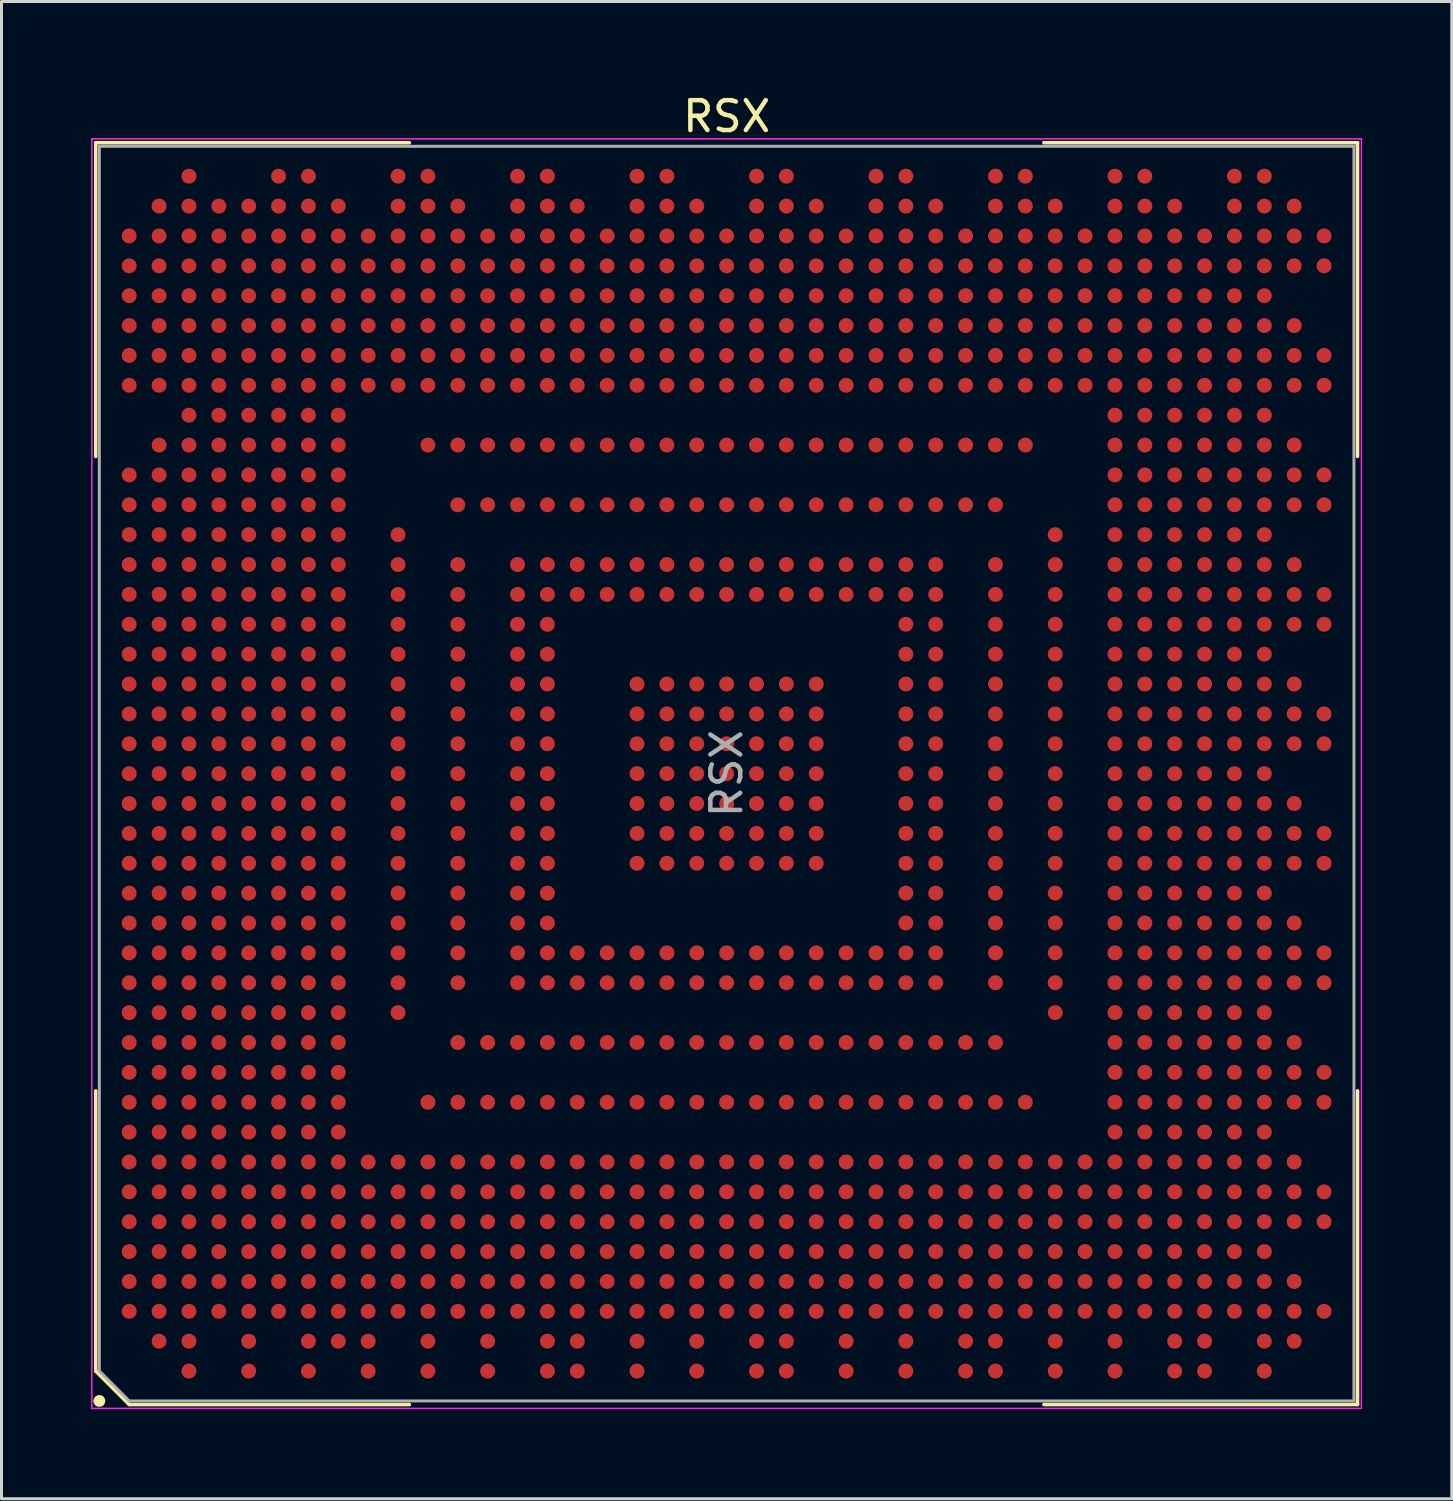
<source format=kicad_pcb>
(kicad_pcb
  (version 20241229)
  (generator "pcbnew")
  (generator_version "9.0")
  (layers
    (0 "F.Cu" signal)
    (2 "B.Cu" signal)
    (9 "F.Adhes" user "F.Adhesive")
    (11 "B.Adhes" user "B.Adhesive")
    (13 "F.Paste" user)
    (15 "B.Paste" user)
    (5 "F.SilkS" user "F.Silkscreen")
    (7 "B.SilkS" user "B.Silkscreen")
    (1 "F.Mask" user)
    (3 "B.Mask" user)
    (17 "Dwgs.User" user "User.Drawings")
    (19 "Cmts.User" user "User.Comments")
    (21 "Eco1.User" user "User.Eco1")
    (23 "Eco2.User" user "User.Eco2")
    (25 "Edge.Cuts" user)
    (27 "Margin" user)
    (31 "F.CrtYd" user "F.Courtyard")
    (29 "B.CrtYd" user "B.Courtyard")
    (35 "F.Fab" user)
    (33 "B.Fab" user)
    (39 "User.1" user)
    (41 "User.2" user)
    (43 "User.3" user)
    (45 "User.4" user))
  (footprint "RSX"
    (layer "F.Cu")
    (at 21.275 22.848)
    (property "Reference" "RSX" (at 0 -22 0) (layer "F.SilkS") (effects (font (size 1 1) (thickness 0.15))))
    (attr smd)
    (fp_line (start -21.12 -21.12) (end -10.62 -21.12) (stroke (width 0.12) (type default)) (layer "F.SilkS"))
    (fp_line (start -21.12 -10.62) (end -21.12 -21.12) (stroke (width 0.12) (type default)) (layer "F.SilkS"))
    (fp_line (start -21.12 10.62) (end -21.12 20) (stroke (width 0.12) (type default)) (layer "F.SilkS"))
    (fp_line (start -21.12 20) (end -20 21.12) (stroke (width 0.12) (type default)) (layer "F.SilkS"))
    (fp_line (start -20 21.12) (end -10.62 21.12) (stroke (width 0.12) (type default)) (layer "F.SilkS"))
    (fp_line (start 21.12 -21.12) (end 10.62 -21.12) (stroke (width 0.12) (type default)) (layer "F.SilkS"))
    (fp_line (start 21.12 -10.62) (end 21.12 -21.12) (stroke (width 0.12) (type default)) (layer "F.SilkS"))
    (fp_line (start 21.12 10.62) (end 21.12 21.12) (stroke (width 0.12) (type default)) (layer "F.SilkS"))
    (fp_line (start 21.12 21.12) (end 10.62 21.12) (stroke (width 0.12) (type default)) (layer "F.SilkS"))
    (fp_circle (center -21 21) (end -20.9 21) (stroke (width 0.2) (type default)) (fill no) (layer "F.SilkS"))
    (fp_line (start -21.25 -21.25) (end 21.25 -21.25) (stroke (width 0.05) (type default)) (layer "F.CrtYd"))
    (fp_line (start -21.25 21.25) (end -21.25 -21.25) (stroke (width 0.05) (type default)) (layer "F.CrtYd"))
    (fp_line (start 21.25 -21.25) (end 21.25 21.25) (stroke (width 0.05) (type default)) (layer "F.CrtYd"))
    (fp_line (start 21.25 21.25) (end -21.25 21.25) (stroke (width 0.05) (type default)) (layer "F.CrtYd"))
    (fp_line (start -21 -21) (end -21 20) (stroke (width 0.1) (type default)) (layer "F.Fab"))
    (fp_line (start -21 20) (end -20 21) (stroke (width 0.1) (type default)) (layer "F.Fab"))
    (fp_line (start -20 21) (end 21 21) (stroke (width 0.1) (type default)) (layer "F.Fab"))
    (fp_line (start 21 -21) (end -21 -21) (stroke (width 0.1) (type default)) (layer "F.Fab"))
    (fp_line (start 21 21) (end 21 -21) (stroke (width 0.1) (type default)) (layer "F.Fab"))
    (fp_text user "${REFERENCE}" (at 0 0 90) (layer "F.Fab") (effects (font (size 1 1) (thickness 0.15))))
    (pad "A3" smd circle (at -20 18 90) (size 0.5 0.5) (layers "F.Cu" "F.Mask" "F.Paste"))
    (pad "A4" smd circle (at -20 17 90) (size 0.5 0.5) (layers "F.Cu" "F.Mask" "F.Paste"))
    (pad "A5" smd circle (at -20 16 90) (size 0.5 0.5) (layers "F.Cu" "F.Mask" "F.Paste"))
    (pad "A6" smd circle (at -20 15 90) (size 0.5 0.5) (layers "F.Cu" "F.Mask" "F.Paste"))
    (pad "A7" smd circle (at -20 14 90) (size 0.5 0.5) (layers "F.Cu" "F.Mask" "F.Paste"))
    (pad "A8" smd circle (at -20 13 90) (size 0.5 0.5) (layers "F.Cu" "F.Mask" "F.Paste"))
    (pad "A9" smd circle (at -20 12 90) (size 0.5 0.5) (layers "F.Cu" "F.Mask" "F.Paste"))
    (pad "A10" smd circle (at -20 11 90) (size 0.5 0.5) (layers "F.Cu" "F.Mask" "F.Paste"))
    (pad "A11" smd circle (at -20 10 90) (size 0.5 0.5) (layers "F.Cu" "F.Mask" "F.Paste"))
    (pad "A12" smd circle (at -20 9 90) (size 0.5 0.5) (layers "F.Cu" "F.Mask" "F.Paste"))
    (pad "A13" smd circle (at -20 8 90) (size 0.5 0.5) (layers "F.Cu" "F.Mask" "F.Paste"))
    (pad "A14" smd circle (at -20 7 90) (size 0.5 0.5) (layers "F.Cu" "F.Mask" "F.Paste"))
    (pad "A15" smd circle (at -20 6 90) (size 0.5 0.5) (layers "F.Cu" "F.Mask" "F.Paste"))
    (pad "A16" smd circle (at -20 5 90) (size 0.5 0.5) (layers "F.Cu" "F.Mask" "F.Paste"))
    (pad "A17" smd circle (at -20 4 90) (size 0.5 0.5) (layers "F.Cu" "F.Mask" "F.Paste"))
    (pad "A18" smd circle (at -20 3 90) (size 0.5 0.5) (layers "F.Cu" "F.Mask" "F.Paste"))
    (pad "A19" smd circle (at -20 2 90) (size 0.5 0.5) (layers "F.Cu" "F.Mask" "F.Paste"))
    (pad "A20" smd circle (at -20 1 90) (size 0.5 0.5) (layers "F.Cu" "F.Mask" "F.Paste"))
    (pad "A21" smd circle (at -20 0 90) (size 0.5 0.5) (layers "F.Cu" "F.Mask" "F.Paste"))
    (pad "A22" smd circle (at -20 -1 90) (size 0.5 0.5) (layers "F.Cu" "F.Mask" "F.Paste"))
    (pad "A23" smd circle (at -20 -2 90) (size 0.5 0.5) (layers "F.Cu" "F.Mask" "F.Paste"))
    (pad "A24" smd circle (at -20 -3 90) (size 0.5 0.5) (layers "F.Cu" "F.Mask" "F.Paste"))
    (pad "A25" smd circle (at -20 -4 90) (size 0.5 0.5) (layers "F.Cu" "F.Mask" "F.Paste"))
    (pad "A26" smd circle (at -20 -5 90) (size 0.5 0.5) (layers "F.Cu" "F.Mask" "F.Paste"))
    (pad "A27" smd circle (at -20 -6 90) (size 0.5 0.5) (layers "F.Cu" "F.Mask" "F.Paste"))
    (pad "A28" smd circle (at -20 -7 90) (size 0.5 0.5) (layers "F.Cu" "F.Mask" "F.Paste"))
    (pad "A29" smd circle (at -20 -8 90) (size 0.5 0.5) (layers "F.Cu" "F.Mask" "F.Paste"))
    (pad "A30" smd circle (at -20 -9 90) (size 0.5 0.5) (layers "F.Cu" "F.Mask" "F.Paste"))
    (pad "A31" smd circle (at -20 -10 90) (size 0.5 0.5) (layers "F.Cu" "F.Mask" "F.Paste"))
    (pad "A34" smd circle (at -20 -13 90) (size 0.5 0.5) (layers "F.Cu" "F.Mask" "F.Paste"))
    (pad "A35" smd circle (at -20 -14 90) (size 0.5 0.5) (layers "F.Cu" "F.Mask" "F.Paste"))
    (pad "A36" smd circle (at -20 -15 90) (size 0.5 0.5) (layers "F.Cu" "F.Mask" "F.Paste"))
    (pad "A37" smd circle (at -20 -16 90) (size 0.5 0.5) (layers "F.Cu" "F.Mask" "F.Paste"))
    (pad "A38" smd circle (at -20 -17 90) (size 0.5 0.5) (layers "F.Cu" "F.Mask" "F.Paste"))
    (pad "A39" smd circle (at -20 -18 90) (size 0.5 0.5) (layers "F.Cu" "F.Mask" "F.Paste"))
    (pad "AA3" smd circle (at 0 18 90) (size 0.5 0.5) (layers "F.Cu" "F.Mask" "F.Paste"))
    (pad "AA4" smd circle (at 0 17 90) (size 0.5 0.5) (layers "F.Cu" "F.Mask" "F.Paste"))
    (pad "AA5" smd circle (at 0 16 90) (size 0.5 0.5) (layers "F.Cu" "F.Mask" "F.Paste"))
    (pad "AA6" smd circle (at 0 15 90) (size 0.5 0.5) (layers "F.Cu" "F.Mask" "F.Paste"))
    (pad "AA7" smd circle (at 0 14 90) (size 0.5 0.5) (layers "F.Cu" "F.Mask" "F.Paste"))
    (pad "AA8" smd circle (at 0 13 90) (size 0.5 0.5) (layers "F.Cu" "F.Mask" "F.Paste"))
    (pad "AA10" smd circle (at 0 11 90) (size 0.5 0.5) (layers "F.Cu" "F.Mask" "F.Paste"))
    (pad "AA12" smd circle (at 0 9 90) (size 0.5 0.5) (layers "F.Cu" "F.Mask" "F.Paste"))
    (pad "AA14" smd circle (at 0 7 90) (size 0.5 0.5) (layers "F.Cu" "F.Mask" "F.Paste"))
    (pad "AA15" smd circle (at 0 6 90) (size 0.5 0.5) (layers "F.Cu" "F.Mask" "F.Paste"))
    (pad "AA18" smd circle (at 0 3 90) (size 0.5 0.5) (layers "F.Cu" "F.Mask" "F.Paste"))
    (pad "AA19" smd circle (at 0 2 90) (size 0.5 0.5) (layers "F.Cu" "F.Mask" "F.Paste"))
    (pad "AA20" smd circle (at 0 1 90) (size 0.5 0.5) (layers "F.Cu" "F.Mask" "F.Paste"))
    (pad "AA21" smd circle (at 0 0 90) (size 0.5 0.5) (layers "F.Cu" "F.Mask" "F.Paste"))
    (pad "AA22" smd circle (at 0 -1 90) (size 0.5 0.5) (layers "F.Cu" "F.Mask" "F.Paste"))
    (pad "AA23" smd circle (at 0 -2 90) (size 0.5 0.5) (layers "F.Cu" "F.Mask" "F.Paste"))
    (pad "AA24" smd circle (at 0 -3 90) (size 0.5 0.5) (layers "F.Cu" "F.Mask" "F.Paste"))
    (pad "AA27" smd circle (at 0 -6 90) (size 0.5 0.5) (layers "F.Cu" "F.Mask" "F.Paste"))
    (pad "AA28" smd circle (at 0 -7 90) (size 0.5 0.5) (layers "F.Cu" "F.Mask" "F.Paste"))
    (pad "AA30" smd circle (at 0 -9 90) (size 0.5 0.5) (layers "F.Cu" "F.Mask" "F.Paste"))
    (pad "AA32" smd circle (at 0 -11 90) (size 0.5 0.5) (layers "F.Cu" "F.Mask" "F.Paste"))
    (pad "AA34" smd circle (at 0 -13 90) (size 0.5 0.5) (layers "F.Cu" "F.Mask" "F.Paste"))
    (pad "AA35" smd circle (at 0 -14 90) (size 0.5 0.5) (layers "F.Cu" "F.Mask" "F.Paste"))
    (pad "AA36" smd circle (at 0 -15 90) (size 0.5 0.5) (layers "F.Cu" "F.Mask" "F.Paste"))
    (pad "AA37" smd circle (at 0 -16 90) (size 0.5 0.5) (layers "F.Cu" "F.Mask" "F.Paste"))
    (pad "AA38" smd circle (at 0 -17 90) (size 0.5 0.5) (layers "F.Cu" "F.Mask" "F.Paste"))
    (pad "AA39" smd circle (at 0 -18 90) (size 0.5 0.5) (layers "F.Cu" "F.Mask" "F.Paste"))
    (pad "AB1" smd circle (at 1 20 90) (size 0.5 0.5) (layers "F.Cu" "F.Mask" "F.Paste"))
    (pad "AB2" smd circle (at 1 19 90) (size 0.5 0.5) (layers "F.Cu" "F.Mask" "F.Paste"))
    (pad "AB3" smd circle (at 1 18 90) (size 0.5 0.5) (layers "F.Cu" "F.Mask" "F.Paste"))
    (pad "AB4" smd circle (at 1 17 90) (size 0.5 0.5) (layers "F.Cu" "F.Mask" "F.Paste"))
    (pad "AB5" smd circle (at 1 16 90) (size 0.5 0.5) (layers "F.Cu" "F.Mask" "F.Paste"))
    (pad "AB6" smd circle (at 1 15 90) (size 0.5 0.5) (layers "F.Cu" "F.Mask" "F.Paste"))
    (pad "AB7" smd circle (at 1 14 90) (size 0.5 0.5) (layers "F.Cu" "F.Mask" "F.Paste"))
    (pad "AB8" smd circle (at 1 13 90) (size 0.5 0.5) (layers "F.Cu" "F.Mask" "F.Paste"))
    (pad "AB10" smd circle (at 1 11 90) (size 0.5 0.5) (layers "F.Cu" "F.Mask" "F.Paste"))
    (pad "AB12" smd circle (at 1 9 90) (size 0.5 0.5) (layers "F.Cu" "F.Mask" "F.Paste"))
    (pad "AB14" smd circle (at 1 7 90) (size 0.5 0.5) (layers "F.Cu" "F.Mask" "F.Paste"))
    (pad "AB15" smd circle (at 1 6 90) (size 0.5 0.5) (layers "F.Cu" "F.Mask" "F.Paste"))
    (pad "AB18" smd circle (at 1 3 90) (size 0.5 0.5) (layers "F.Cu" "F.Mask" "F.Paste"))
    (pad "AB19" smd circle (at 1 2 90) (size 0.5 0.5) (layers "F.Cu" "F.Mask" "F.Paste"))
    (pad "AB20" smd circle (at 1 1 90) (size 0.5 0.5) (layers "F.Cu" "F.Mask" "F.Paste"))
    (pad "AB21" smd circle (at 1 0 90) (size 0.5 0.5) (layers "F.Cu" "F.Mask" "F.Paste"))
    (pad "AB22" smd circle (at 1 -1 90) (size 0.5 0.5) (layers "F.Cu" "F.Mask" "F.Paste"))
    (pad "AB23" smd circle (at 1 -2 90) (size 0.5 0.5) (layers "F.Cu" "F.Mask" "F.Paste"))
    (pad "AB24" smd circle (at 1 -3 90) (size 0.5 0.5) (layers "F.Cu" "F.Mask" "F.Paste"))
    (pad "AB27" smd circle (at 1 -6 90) (size 0.5 0.5) (layers "F.Cu" "F.Mask" "F.Paste"))
    (pad "AB28" smd circle (at 1 -7 90) (size 0.5 0.5) (layers "F.Cu" "F.Mask" "F.Paste"))
    (pad "AB30" smd circle (at 1 -9 90) (size 0.5 0.5) (layers "F.Cu" "F.Mask" "F.Paste"))
    (pad "AB32" smd circle (at 1 -11 90) (size 0.5 0.5) (layers "F.Cu" "F.Mask" "F.Paste"))
    (pad "AB34" smd circle (at 1 -13 90) (size 0.5 0.5) (layers "F.Cu" "F.Mask" "F.Paste"))
    (pad "AB35" smd circle (at 1 -14 90) (size 0.5 0.5) (layers "F.Cu" "F.Mask" "F.Paste"))
    (pad "AB36" smd circle (at 1 -15 90) (size 0.5 0.5) (layers "F.Cu" "F.Mask" "F.Paste"))
    (pad "AB37" smd circle (at 1 -16 90) (size 0.5 0.5) (layers "F.Cu" "F.Mask" "F.Paste"))
    (pad "AB38" smd circle (at 1 -17 90) (size 0.5 0.5) (layers "F.Cu" "F.Mask" "F.Paste"))
    (pad "AB39" smd circle (at 1 -18 90) (size 0.5 0.5) (layers "F.Cu" "F.Mask" "F.Paste"))
    (pad "AB40" smd circle (at 1 -19 90) (size 0.5 0.5) (layers "F.Cu" "F.Mask" "F.Paste"))
    (pad "AB41" smd circle (at 1 -20 90) (size 0.5 0.5) (layers "F.Cu" "F.Mask" "F.Paste"))
    (pad "AC1" smd circle (at 2 20 90) (size 0.5 0.5) (layers "F.Cu" "F.Mask" "F.Paste"))
    (pad "AC2" smd circle (at 2 19 90) (size 0.5 0.5) (layers "F.Cu" "F.Mask" "F.Paste"))
    (pad "AC3" smd circle (at 2 18 90) (size 0.5 0.5) (layers "F.Cu" "F.Mask" "F.Paste"))
    (pad "AC4" smd circle (at 2 17 90) (size 0.5 0.5) (layers "F.Cu" "F.Mask" "F.Paste"))
    (pad "AC5" smd circle (at 2 16 90) (size 0.5 0.5) (layers "F.Cu" "F.Mask" "F.Paste"))
    (pad "AC6" smd circle (at 2 15 90) (size 0.5 0.5) (layers "F.Cu" "F.Mask" "F.Paste"))
    (pad "AC7" smd circle (at 2 14 90) (size 0.5 0.5) (layers "F.Cu" "F.Mask" "F.Paste"))
    (pad "AC8" smd circle (at 2 13 90) (size 0.5 0.5) (layers "F.Cu" "F.Mask" "F.Paste"))
    (pad "AC10" smd circle (at 2 11 90) (size 0.5 0.5) (layers "F.Cu" "F.Mask" "F.Paste"))
    (pad "AC12" smd circle (at 2 9 90) (size 0.5 0.5) (layers "F.Cu" "F.Mask" "F.Paste"))
    (pad "AC14" smd circle (at 2 7 90) (size 0.5 0.5) (layers "F.Cu" "F.Mask" "F.Paste"))
    (pad "AC15" smd circle (at 2 6 90) (size 0.5 0.5) (layers "F.Cu" "F.Mask" "F.Paste"))
    (pad "AC18" smd circle (at 2 3 90) (size 0.5 0.5) (layers "F.Cu" "F.Mask" "F.Paste"))
    (pad "AC19" smd circle (at 2 2 90) (size 0.5 0.5) (layers "F.Cu" "F.Mask" "F.Paste"))
    (pad "AC20" smd circle (at 2 1 90) (size 0.5 0.5) (layers "F.Cu" "F.Mask" "F.Paste"))
    (pad "AC21" smd circle (at 2 0 90) (size 0.5 0.5) (layers "F.Cu" "F.Mask" "F.Paste"))
    (pad "AC22" smd circle (at 2 -1 90) (size 0.5 0.5) (layers "F.Cu" "F.Mask" "F.Paste"))
    (pad "AC23" smd circle (at 2 -2 90) (size 0.5 0.5) (layers "F.Cu" "F.Mask" "F.Paste"))
    (pad "AC24" smd circle (at 2 -3 90) (size 0.5 0.5) (layers "F.Cu" "F.Mask" "F.Paste"))
    (pad "AC27" smd circle (at 2 -6 90) (size 0.5 0.5) (layers "F.Cu" "F.Mask" "F.Paste"))
    (pad "AC28" smd circle (at 2 -7 90) (size 0.5 0.5) (layers "F.Cu" "F.Mask" "F.Paste"))
    (pad "AC30" smd circle (at 2 -9 90) (size 0.5 0.5) (layers "F.Cu" "F.Mask" "F.Paste"))
    (pad "AC32" smd circle (at 2 -11 90) (size 0.5 0.5) (layers "F.Cu" "F.Mask" "F.Paste"))
    (pad "AC34" smd circle (at 2 -13 90) (size 0.5 0.5) (layers "F.Cu" "F.Mask" "F.Paste"))
    (pad "AC35" smd circle (at 2 -14 90) (size 0.5 0.5) (layers "F.Cu" "F.Mask" "F.Paste"))
    (pad "AC36" smd circle (at 2 -15 90) (size 0.5 0.5) (layers "F.Cu" "F.Mask" "F.Paste"))
    (pad "AC37" smd circle (at 2 -16 90) (size 0.5 0.5) (layers "F.Cu" "F.Mask" "F.Paste"))
    (pad "AC38" smd circle (at 2 -17 90) (size 0.5 0.5) (layers "F.Cu" "F.Mask" "F.Paste"))
    (pad "AC39" smd circle (at 2 -18 90) (size 0.5 0.5) (layers "F.Cu" "F.Mask" "F.Paste"))
    (pad "AC40" smd circle (at 2 -19 90) (size 0.5 0.5) (layers "F.Cu" "F.Mask" "F.Paste"))
    (pad "AC41" smd circle (at 2 -20 90) (size 0.5 0.5) (layers "F.Cu" "F.Mask" "F.Paste"))
    (pad "AD3" smd circle (at 3 18 90) (size 0.5 0.5) (layers "F.Cu" "F.Mask" "F.Paste"))
    (pad "AD4" smd circle (at 3 17 90) (size 0.5 0.5) (layers "F.Cu" "F.Mask" "F.Paste"))
    (pad "AD5" smd circle (at 3 16 90) (size 0.5 0.5) (layers "F.Cu" "F.Mask" "F.Paste"))
    (pad "AD6" smd circle (at 3 15 90) (size 0.5 0.5) (layers "F.Cu" "F.Mask" "F.Paste"))
    (pad "AD7" smd circle (at 3 14 90) (size 0.5 0.5) (layers "F.Cu" "F.Mask" "F.Paste"))
    (pad "AD8" smd circle (at 3 13 90) (size 0.5 0.5) (layers "F.Cu" "F.Mask" "F.Paste"))
    (pad "AD10" smd circle (at 3 11 90) (size 0.5 0.5) (layers "F.Cu" "F.Mask" "F.Paste"))
    (pad "AD12" smd circle (at 3 9 90) (size 0.5 0.5) (layers "F.Cu" "F.Mask" "F.Paste"))
    (pad "AD14" smd circle (at 3 7 90) (size 0.5 0.5) (layers "F.Cu" "F.Mask" "F.Paste"))
    (pad "AD15" smd circle (at 3 6 90) (size 0.5 0.5) (layers "F.Cu" "F.Mask" "F.Paste"))
    (pad "AD18" smd circle (at 3 3 90) (size 0.5 0.5) (layers "F.Cu" "F.Mask" "F.Paste"))
    (pad "AD19" smd circle (at 3 2 90) (size 0.5 0.5) (layers "F.Cu" "F.Mask" "F.Paste"))
    (pad "AD20" smd circle (at 3 1 90) (size 0.5 0.5) (layers "F.Cu" "F.Mask" "F.Paste"))
    (pad "AD21" smd circle (at 3 0 90) (size 0.5 0.5) (layers "F.Cu" "F.Mask" "F.Paste"))
    (pad "AD22" smd circle (at 3 -1 90) (size 0.5 0.5) (layers "F.Cu" "F.Mask" "F.Paste"))
    (pad "AD23" smd circle (at 3 -2 90) (size 0.5 0.5) (layers "F.Cu" "F.Mask" "F.Paste"))
    (pad "AD24" smd circle (at 3 -3 90) (size 0.5 0.5) (layers "F.Cu" "F.Mask" "F.Paste"))
    (pad "AD27" smd circle (at 3 -6 90) (size 0.5 0.5) (layers "F.Cu" "F.Mask" "F.Paste"))
    (pad "AD28" smd circle (at 3 -7 90) (size 0.5 0.5) (layers "F.Cu" "F.Mask" "F.Paste"))
    (pad "AD30" smd circle (at 3 -9 90) (size 0.5 0.5) (layers "F.Cu" "F.Mask" "F.Paste"))
    (pad "AD32" smd circle (at 3 -11 90) (size 0.5 0.5) (layers "F.Cu" "F.Mask" "F.Paste"))
    (pad "AD34" smd circle (at 3 -13 90) (size 0.5 0.5) (layers "F.Cu" "F.Mask" "F.Paste"))
    (pad "AD35" smd circle (at 3 -14 90) (size 0.5 0.5) (layers "F.Cu" "F.Mask" "F.Paste"))
    (pad "AD36" smd circle (at 3 -15 90) (size 0.5 0.5) (layers "F.Cu" "F.Mask" "F.Paste"))
    (pad "AD37" smd circle (at 3 -16 90) (size 0.5 0.5) (layers "F.Cu" "F.Mask" "F.Paste"))
    (pad "AD38" smd circle (at 3 -17 90) (size 0.5 0.5) (layers "F.Cu" "F.Mask" "F.Paste"))
    (pad "AD39" smd circle (at 3 -18 90) (size 0.5 0.5) (layers "F.Cu" "F.Mask" "F.Paste"))
    (pad "AD40" smd circle (at 3 -19 90) (size 0.5 0.5) (layers "F.Cu" "F.Mask" "F.Paste"))
    (pad "AE1" smd circle (at 4 20 90) (size 0.5 0.5) (layers "F.Cu" "F.Mask" "F.Paste"))
    (pad "AE2" smd circle (at 4 19 90) (size 0.5 0.5) (layers "F.Cu" "F.Mask" "F.Paste"))
    (pad "AE3" smd circle (at 4 18 90) (size 0.5 0.5) (layers "F.Cu" "F.Mask" "F.Paste"))
    (pad "AE4" smd circle (at 4 17 90) (size 0.5 0.5) (layers "F.Cu" "F.Mask" "F.Paste"))
    (pad "AE5" smd circle (at 4 16 90) (size 0.5 0.5) (layers "F.Cu" "F.Mask" "F.Paste"))
    (pad "AE6" smd circle (at 4 15 90) (size 0.5 0.5) (layers "F.Cu" "F.Mask" "F.Paste"))
    (pad "AE7" smd circle (at 4 14 90) (size 0.5 0.5) (layers "F.Cu" "F.Mask" "F.Paste"))
    (pad "AE8" smd circle (at 4 13 90) (size 0.5 0.5) (layers "F.Cu" "F.Mask" "F.Paste"))
    (pad "AE10" smd circle (at 4 11 90) (size 0.5 0.5) (layers "F.Cu" "F.Mask" "F.Paste"))
    (pad "AE12" smd circle (at 4 9 90) (size 0.5 0.5) (layers "F.Cu" "F.Mask" "F.Paste"))
    (pad "AE14" smd circle (at 4 7 90) (size 0.5 0.5) (layers "F.Cu" "F.Mask" "F.Paste"))
    (pad "AE15" smd circle (at 4 6 90) (size 0.5 0.5) (layers "F.Cu" "F.Mask" "F.Paste"))
    (pad "AE27" smd circle (at 4 -6 90) (size 0.5 0.5) (layers "F.Cu" "F.Mask" "F.Paste"))
    (pad "AE28" smd circle (at 4 -7 90) (size 0.5 0.5) (layers "F.Cu" "F.Mask" "F.Paste"))
    (pad "AE30" smd circle (at 4 -9 90) (size 0.5 0.5) (layers "F.Cu" "F.Mask" "F.Paste"))
    (pad "AE32" smd circle (at 4 -11 90) (size 0.5 0.5) (layers "F.Cu" "F.Mask" "F.Paste"))
    (pad "AE34" smd circle (at 4 -13 90) (size 0.5 0.5) (layers "F.Cu" "F.Mask" "F.Paste"))
    (pad "AE35" smd circle (at 4 -14 90) (size 0.5 0.5) (layers "F.Cu" "F.Mask" "F.Paste"))
    (pad "AE36" smd circle (at 4 -15 90) (size 0.5 0.5) (layers "F.Cu" "F.Mask" "F.Paste"))
    (pad "AE37" smd circle (at 4 -16 90) (size 0.5 0.5) (layers "F.Cu" "F.Mask" "F.Paste"))
    (pad "AE38" smd circle (at 4 -17 90) (size 0.5 0.5) (layers "F.Cu" "F.Mask" "F.Paste"))
    (pad "AE39" smd circle (at 4 -18 90) (size 0.5 0.5) (layers "F.Cu" "F.Mask" "F.Paste"))
    (pad "AF3" smd circle (at 5 18 90) (size 0.5 0.5) (layers "F.Cu" "F.Mask" "F.Paste"))
    (pad "AF4" smd circle (at 5 17 90) (size 0.5 0.5) (layers "F.Cu" "F.Mask" "F.Paste"))
    (pad "AF5" smd circle (at 5 16 90) (size 0.5 0.5) (layers "F.Cu" "F.Mask" "F.Paste"))
    (pad "AF6" smd circle (at 5 15 90) (size 0.5 0.5) (layers "F.Cu" "F.Mask" "F.Paste"))
    (pad "AF7" smd circle (at 5 14 90) (size 0.5 0.5) (layers "F.Cu" "F.Mask" "F.Paste"))
    (pad "AF8" smd circle (at 5 13 90) (size 0.5 0.5) (layers "F.Cu" "F.Mask" "F.Paste"))
    (pad "AF10" smd circle (at 5 11 90) (size 0.5 0.5) (layers "F.Cu" "F.Mask" "F.Paste"))
    (pad "AF12" smd circle (at 5 9 90) (size 0.5 0.5) (layers "F.Cu" "F.Mask" "F.Paste"))
    (pad "AF14" smd circle (at 5 7 90) (size 0.5 0.5) (layers "F.Cu" "F.Mask" "F.Paste"))
    (pad "AF15" smd circle (at 5 6 90) (size 0.5 0.5) (layers "F.Cu" "F.Mask" "F.Paste"))
    (pad "AF27" smd circle (at 5 -6 90) (size 0.5 0.5) (layers "F.Cu" "F.Mask" "F.Paste"))
    (pad "AF28" smd circle (at 5 -7 90) (size 0.5 0.5) (layers "F.Cu" "F.Mask" "F.Paste"))
    (pad "AF30" smd circle (at 5 -9 90) (size 0.5 0.5) (layers "F.Cu" "F.Mask" "F.Paste"))
    (pad "AF32" smd circle (at 5 -11 90) (size 0.5 0.5) (layers "F.Cu" "F.Mask" "F.Paste"))
    (pad "AF34" smd circle (at 5 -13 90) (size 0.5 0.5) (layers "F.Cu" "F.Mask" "F.Paste"))
    (pad "AF35" smd circle (at 5 -14 90) (size 0.5 0.5) (layers "F.Cu" "F.Mask" "F.Paste"))
    (pad "AF36" smd circle (at 5 -15 90) (size 0.5 0.5) (layers "F.Cu" "F.Mask" "F.Paste"))
    (pad "AF37" smd circle (at 5 -16 90) (size 0.5 0.5) (layers "F.Cu" "F.Mask" "F.Paste"))
    (pad "AF38" smd circle (at 5 -17 90) (size 0.5 0.5) (layers "F.Cu" "F.Mask" "F.Paste"))
    (pad "AF39" smd circle (at 5 -18 90) (size 0.5 0.5) (layers "F.Cu" "F.Mask" "F.Paste"))
    (pad "AF40" smd circle (at 5 -19 90) (size 0.5 0.5) (layers "F.Cu" "F.Mask" "F.Paste"))
    (pad "AF41" smd circle (at 5 -20 90) (size 0.5 0.5) (layers "F.Cu" "F.Mask" "F.Paste"))
    (pad "AG1" smd circle (at 6 20 90) (size 0.5 0.5) (layers "F.Cu" "F.Mask" "F.Paste"))
    (pad "AG2" smd circle (at 6 19 90) (size 0.5 0.5) (layers "F.Cu" "F.Mask" "F.Paste"))
    (pad "AG3" smd circle (at 6 18 90) (size 0.5 0.5) (layers "F.Cu" "F.Mask" "F.Paste"))
    (pad "AG4" smd circle (at 6 17 90) (size 0.5 0.5) (layers "F.Cu" "F.Mask" "F.Paste"))
    (pad "AG5" smd circle (at 6 16 90) (size 0.5 0.5) (layers "F.Cu" "F.Mask" "F.Paste"))
    (pad "AG6" smd circle (at 6 15 90) (size 0.5 0.5) (layers "F.Cu" "F.Mask" "F.Paste"))
    (pad "AG7" smd circle (at 6 14 90) (size 0.5 0.5) (layers "F.Cu" "F.Mask" "F.Paste"))
    (pad "AG8" smd circle (at 6 13 90) (size 0.5 0.5) (layers "F.Cu" "F.Mask" "F.Paste"))
    (pad "AG10" smd circle (at 6 11 90) (size 0.5 0.5) (layers "F.Cu" "F.Mask" "F.Paste"))
    (pad "AG12" smd circle (at 6 9 90) (size 0.5 0.5) (layers "F.Cu" "F.Mask" "F.Paste"))
    (pad "AG14" smd circle (at 6 7 90) (size 0.5 0.5) (layers "F.Cu" "F.Mask" "F.Paste"))
    (pad "AG15" smd circle (at 6 6 90) (size 0.5 0.5) (layers "F.Cu" "F.Mask" "F.Paste"))
    (pad "AG16" smd circle (at 6 5 90) (size 0.5 0.5) (layers "F.Cu" "F.Mask" "F.Paste"))
    (pad "AG17" smd circle (at 6 4 90) (size 0.5 0.5) (layers "F.Cu" "F.Mask" "F.Paste"))
    (pad "AG18" smd circle (at 6 3 90) (size 0.5 0.5) (layers "F.Cu" "F.Mask" "F.Paste"))
    (pad "AG19" smd circle (at 6 2 90) (size 0.5 0.5) (layers "F.Cu" "F.Mask" "F.Paste"))
    (pad "AG20" smd circle (at 6 1 90) (size 0.5 0.5) (layers "F.Cu" "F.Mask" "F.Paste"))
    (pad "AG21" smd circle (at 6 0 90) (size 0.5 0.5) (layers "F.Cu" "F.Mask" "F.Paste"))
    (pad "AG22" smd circle (at 6 -1 90) (size 0.5 0.5) (layers "F.Cu" "F.Mask" "F.Paste"))
    (pad "AG23" smd circle (at 6 -2 90) (size 0.5 0.5) (layers "F.Cu" "F.Mask" "F.Paste"))
    (pad "AG24" smd circle (at 6 -3 90) (size 0.5 0.5) (layers "F.Cu" "F.Mask" "F.Paste"))
    (pad "AG25" smd circle (at 6 -4 90) (size 0.5 0.5) (layers "F.Cu" "F.Mask" "F.Paste"))
    (pad "AG26" smd circle (at 6 -5 90) (size 0.5 0.5) (layers "F.Cu" "F.Mask" "F.Paste"))
    (pad "AG27" smd circle (at 6 -6 90) (size 0.5 0.5) (layers "F.Cu" "F.Mask" "F.Paste"))
    (pad "AG28" smd circle (at 6 -7 90) (size 0.5 0.5) (layers "F.Cu" "F.Mask" "F.Paste"))
    (pad "AG30" smd circle (at 6 -9 90) (size 0.5 0.5) (layers "F.Cu" "F.Mask" "F.Paste"))
    (pad "AG32" smd circle (at 6 -11 90) (size 0.5 0.5) (layers "F.Cu" "F.Mask" "F.Paste"))
    (pad "AG34" smd circle (at 6 -13 90) (size 0.5 0.5) (layers "F.Cu" "F.Mask" "F.Paste"))
    (pad "AG35" smd circle (at 6 -14 90) (size 0.5 0.5) (layers "F.Cu" "F.Mask" "F.Paste"))
    (pad "AG36" smd circle (at 6 -15 90) (size 0.5 0.5) (layers "F.Cu" "F.Mask" "F.Paste"))
    (pad "AG37" smd circle (at 6 -16 90) (size 0.5 0.5) (layers "F.Cu" "F.Mask" "F.Paste"))
    (pad "AG38" smd circle (at 6 -17 90) (size 0.5 0.5) (layers "F.Cu" "F.Mask" "F.Paste"))
    (pad "AG39" smd circle (at 6 -18 90) (size 0.5 0.5) (layers "F.Cu" "F.Mask" "F.Paste"))
    (pad "AG40" smd circle (at 6 -19 90) (size 0.5 0.5) (layers "F.Cu" "F.Mask" "F.Paste"))
    (pad "AG41" smd circle (at 6 -20 90) (size 0.5 0.5) (layers "F.Cu" "F.Mask" "F.Paste"))
    (pad "AH3" smd circle (at 7 18 90) (size 0.5 0.5) (layers "F.Cu" "F.Mask" "F.Paste"))
    (pad "AH4" smd circle (at 7 17 90) (size 0.5 0.5) (layers "F.Cu" "F.Mask" "F.Paste"))
    (pad "AH5" smd circle (at 7 16 90) (size 0.5 0.5) (layers "F.Cu" "F.Mask" "F.Paste"))
    (pad "AH6" smd circle (at 7 15 90) (size 0.5 0.5) (layers "F.Cu" "F.Mask" "F.Paste"))
    (pad "AH7" smd circle (at 7 14 90) (size 0.5 0.5) (layers "F.Cu" "F.Mask" "F.Paste"))
    (pad "AH8" smd circle (at 7 13 90) (size 0.5 0.5) (layers "F.Cu" "F.Mask" "F.Paste"))
    (pad "AH10" smd circle (at 7 11 90) (size 0.5 0.5) (layers "F.Cu" "F.Mask" "F.Paste"))
    (pad "AH12" smd circle (at 7 9 90) (size 0.5 0.5) (layers "F.Cu" "F.Mask" "F.Paste"))
    (pad "AH14" smd circle (at 7 7 90) (size 0.5 0.5) (layers "F.Cu" "F.Mask" "F.Paste"))
    (pad "AH15" smd circle (at 7 6 90) (size 0.5 0.5) (layers "F.Cu" "F.Mask" "F.Paste"))
    (pad "AH16" smd circle (at 7 5 90) (size 0.5 0.5) (layers "F.Cu" "F.Mask" "F.Paste"))
    (pad "AH17" smd circle (at 7 4 90) (size 0.5 0.5) (layers "F.Cu" "F.Mask" "F.Paste"))
    (pad "AH18" smd circle (at 7 3 90) (size 0.5 0.5) (layers "F.Cu" "F.Mask" "F.Paste"))
    (pad "AH19" smd circle (at 7 2 90) (size 0.5 0.5) (layers "F.Cu" "F.Mask" "F.Paste"))
    (pad "AH20" smd circle (at 7 1 90) (size 0.5 0.5) (layers "F.Cu" "F.Mask" "F.Paste"))
    (pad "AH21" smd circle (at 7 0 90) (size 0.5 0.5) (layers "F.Cu" "F.Mask" "F.Paste"))
    (pad "AH22" smd circle (at 7 -1 90) (size 0.5 0.5) (layers "F.Cu" "F.Mask" "F.Paste"))
    (pad "AH23" smd circle (at 7 -2 90) (size 0.5 0.5) (layers "F.Cu" "F.Mask" "F.Paste"))
    (pad "AH24" smd circle (at 7 -3 90) (size 0.5 0.5) (layers "F.Cu" "F.Mask" "F.Paste"))
    (pad "AH25" smd circle (at 7 -4 90) (size 0.5 0.5) (layers "F.Cu" "F.Mask" "F.Paste"))
    (pad "AH26" smd circle (at 7 -5 90) (size 0.5 0.5) (layers "F.Cu" "F.Mask" "F.Paste"))
    (pad "AH27" smd circle (at 7 -6 90) (size 0.5 0.5) (layers "F.Cu" "F.Mask" "F.Paste"))
    (pad "AH28" smd circle (at 7 -7 90) (size 0.5 0.5) (layers "F.Cu" "F.Mask" "F.Paste"))
    (pad "AH30" smd circle (at 7 -9 90) (size 0.5 0.5) (layers "F.Cu" "F.Mask" "F.Paste"))
    (pad "AH32" smd circle (at 7 -11 90) (size 0.5 0.5) (layers "F.Cu" "F.Mask" "F.Paste"))
    (pad "AH34" smd circle (at 7 -13 90) (size 0.5 0.5) (layers "F.Cu" "F.Mask" "F.Paste"))
    (pad "AH35" smd circle (at 7 -14 90) (size 0.5 0.5) (layers "F.Cu" "F.Mask" "F.Paste"))
    (pad "AH36" smd circle (at 7 -15 90) (size 0.5 0.5) (layers "F.Cu" "F.Mask" "F.Paste"))
    (pad "AH37" smd circle (at 7 -16 90) (size 0.5 0.5) (layers "F.Cu" "F.Mask" "F.Paste"))
    (pad "AH38" smd circle (at 7 -17 90) (size 0.5 0.5) (layers "F.Cu" "F.Mask" "F.Paste"))
    (pad "AH39" smd circle (at 7 -18 90) (size 0.5 0.5) (layers "F.Cu" "F.Mask" "F.Paste"))
    (pad "AH40" smd circle (at 7 -19 90) (size 0.5 0.5) (layers "F.Cu" "F.Mask" "F.Paste"))
    (pad "AJ1" smd circle (at 8 20 90) (size 0.5 0.5) (layers "F.Cu" "F.Mask" "F.Paste"))
    (pad "AJ2" smd circle (at 8 19 90) (size 0.5 0.5) (layers "F.Cu" "F.Mask" "F.Paste"))
    (pad "AJ3" smd circle (at 8 18 90) (size 0.5 0.5) (layers "F.Cu" "F.Mask" "F.Paste"))
    (pad "AJ4" smd circle (at 8 17 90) (size 0.5 0.5) (layers "F.Cu" "F.Mask" "F.Paste"))
    (pad "AJ5" smd circle (at 8 16 90) (size 0.5 0.5) (layers "F.Cu" "F.Mask" "F.Paste"))
    (pad "AJ6" smd circle (at 8 15 90) (size 0.5 0.5) (layers "F.Cu" "F.Mask" "F.Paste"))
    (pad "AJ7" smd circle (at 8 14 90) (size 0.5 0.5) (layers "F.Cu" "F.Mask" "F.Paste"))
    (pad "AJ8" smd circle (at 8 13 90) (size 0.5 0.5) (layers "F.Cu" "F.Mask" "F.Paste"))
    (pad "AJ10" smd circle (at 8 11 90) (size 0.5 0.5) (layers "F.Cu" "F.Mask" "F.Paste"))
    (pad "AJ12" smd circle (at 8 9 90) (size 0.5 0.5) (layers "F.Cu" "F.Mask" "F.Paste"))
    (pad "AJ30" smd circle (at 8 -9 90) (size 0.5 0.5) (layers "F.Cu" "F.Mask" "F.Paste"))
    (pad "AJ32" smd circle (at 8 -11 90) (size 0.5 0.5) (layers "F.Cu" "F.Mask" "F.Paste"))
    (pad "AJ34" smd circle (at 8 -13 90) (size 0.5 0.5) (layers "F.Cu" "F.Mask" "F.Paste"))
    (pad "AJ35" smd circle (at 8 -14 90) (size 0.5 0.5) (layers "F.Cu" "F.Mask" "F.Paste"))
    (pad "AJ36" smd circle (at 8 -15 90) (size 0.5 0.5) (layers "F.Cu" "F.Mask" "F.Paste"))
    (pad "AJ37" smd circle (at 8 -16 90) (size 0.5 0.5) (layers "F.Cu" "F.Mask" "F.Paste"))
    (pad "AJ38" smd circle (at 8 -17 90) (size 0.5 0.5) (layers "F.Cu" "F.Mask" "F.Paste"))
    (pad "AJ39" smd circle (at 8 -18 90) (size 0.5 0.5) (layers "F.Cu" "F.Mask" "F.Paste"))
    (pad "AK1" smd circle (at 9 20 90) (size 0.5 0.5) (layers "F.Cu" "F.Mask" "F.Paste"))
    (pad "AK2" smd circle (at 9 19 90) (size 0.5 0.5) (layers "F.Cu" "F.Mask" "F.Paste"))
    (pad "AK3" smd circle (at 9 18 90) (size 0.5 0.5) (layers "F.Cu" "F.Mask" "F.Paste"))
    (pad "AK4" smd circle (at 9 17 90) (size 0.5 0.5) (layers "F.Cu" "F.Mask" "F.Paste"))
    (pad "AK5" smd circle (at 9 16 90) (size 0.5 0.5) (layers "F.Cu" "F.Mask" "F.Paste"))
    (pad "AK6" smd circle (at 9 15 90) (size 0.5 0.5) (layers "F.Cu" "F.Mask" "F.Paste"))
    (pad "AK7" smd circle (at 9 14 90) (size 0.5 0.5) (layers "F.Cu" "F.Mask" "F.Paste"))
    (pad "AK8" smd circle (at 9 13 90) (size 0.5 0.5) (layers "F.Cu" "F.Mask" "F.Paste"))
    (pad "AK10" smd circle (at 9 11 90) (size 0.5 0.5) (layers "F.Cu" "F.Mask" "F.Paste"))
    (pad "AK12" smd circle (at 9 9 90) (size 0.5 0.5) (layers "F.Cu" "F.Mask" "F.Paste"))
    (pad "AK14" smd circle (at 9 7 90) (size 0.5 0.5) (layers "F.Cu" "F.Mask" "F.Paste"))
    (pad "AK15" smd circle (at 9 6 90) (size 0.5 0.5) (layers "F.Cu" "F.Mask" "F.Paste"))
    (pad "AK16" smd circle (at 9 5 90) (size 0.5 0.5) (layers "F.Cu" "F.Mask" "F.Paste"))
    (pad "AK17" smd circle (at 9 4 90) (size 0.5 0.5) (layers "F.Cu" "F.Mask" "F.Paste"))
    (pad "AK18" smd circle (at 9 3 90) (size 0.5 0.5) (layers "F.Cu" "F.Mask" "F.Paste"))
    (pad "AK19" smd circle (at 9 2 90) (size 0.5 0.5) (layers "F.Cu" "F.Mask" "F.Paste"))
    (pad "AK20" smd circle (at 9 1 90) (size 0.5 0.5) (layers "F.Cu" "F.Mask" "F.Paste"))
    (pad "AK21" smd circle (at 9 0 90) (size 0.5 0.5) (layers "F.Cu" "F.Mask" "F.Paste"))
    (pad "AK22" smd circle (at 9 -1 90) (size 0.5 0.5) (layers "F.Cu" "F.Mask" "F.Paste"))
    (pad "AK23" smd circle (at 9 -2 90) (size 0.5 0.5) (layers "F.Cu" "F.Mask" "F.Paste"))
    (pad "AK24" smd circle (at 9 -3 90) (size 0.5 0.5) (layers "F.Cu" "F.Mask" "F.Paste"))
    (pad "AK25" smd circle (at 9 -4 90) (size 0.5 0.5) (layers "F.Cu" "F.Mask" "F.Paste"))
    (pad "AK26" smd circle (at 9 -5 90) (size 0.5 0.5) (layers "F.Cu" "F.Mask" "F.Paste"))
    (pad "AK27" smd circle (at 9 -6 90) (size 0.5 0.5) (layers "F.Cu" "F.Mask" "F.Paste"))
    (pad "AK28" smd circle (at 9 -7 90) (size 0.5 0.5) (layers "F.Cu" "F.Mask" "F.Paste"))
    (pad "AK30" smd circle (at 9 -9 90) (size 0.5 0.5) (layers "F.Cu" "F.Mask" "F.Paste"))
    (pad "AK32" smd circle (at 9 -11 90) (size 0.5 0.5) (layers "F.Cu" "F.Mask" "F.Paste"))
    (pad "AK34" smd circle (at 9 -13 90) (size 0.5 0.5) (layers "F.Cu" "F.Mask" "F.Paste"))
    (pad "AK35" smd circle (at 9 -14 90) (size 0.5 0.5) (layers "F.Cu" "F.Mask" "F.Paste"))
    (pad "AK36" smd circle (at 9 -15 90) (size 0.5 0.5) (layers "F.Cu" "F.Mask" "F.Paste"))
    (pad "AK37" smd circle (at 9 -16 90) (size 0.5 0.5) (layers "F.Cu" "F.Mask" "F.Paste"))
    (pad "AK38" smd circle (at 9 -17 90) (size 0.5 0.5) (layers "F.Cu" "F.Mask" "F.Paste"))
    (pad "AK39" smd circle (at 9 -18 90) (size 0.5 0.5) (layers "F.Cu" "F.Mask" "F.Paste"))
    (pad "AK40" smd circle (at 9 -19 90) (size 0.5 0.5) (layers "F.Cu" "F.Mask" "F.Paste"))
    (pad "AK41" smd circle (at 9 -20 90) (size 0.5 0.5) (layers "F.Cu" "F.Mask" "F.Paste"))
    (pad "AL3" smd circle (at 10 18 90) (size 0.5 0.5) (layers "F.Cu" "F.Mask" "F.Paste"))
    (pad "AL4" smd circle (at 10 17 90) (size 0.5 0.5) (layers "F.Cu" "F.Mask" "F.Paste"))
    (pad "AL5" smd circle (at 10 16 90) (size 0.5 0.5) (layers "F.Cu" "F.Mask" "F.Paste"))
    (pad "AL6" smd circle (at 10 15 90) (size 0.5 0.5) (layers "F.Cu" "F.Mask" "F.Paste"))
    (pad "AL7" smd circle (at 10 14 90) (size 0.5 0.5) (layers "F.Cu" "F.Mask" "F.Paste"))
    (pad "AL8" smd circle (at 10 13 90) (size 0.5 0.5) (layers "F.Cu" "F.Mask" "F.Paste"))
    (pad "AL10" smd circle (at 10 11 90) (size 0.5 0.5) (layers "F.Cu" "F.Mask" "F.Paste"))
    (pad "AL32" smd circle (at 10 -11 90) (size 0.5 0.5) (layers "F.Cu" "F.Mask" "F.Paste"))
    (pad "AL34" smd circle (at 10 -13 90) (size 0.5 0.5) (layers "F.Cu" "F.Mask" "F.Paste"))
    (pad "AL35" smd circle (at 10 -14 90) (size 0.5 0.5) (layers "F.Cu" "F.Mask" "F.Paste"))
    (pad "AL36" smd circle (at 10 -15 90) (size 0.5 0.5) (layers "F.Cu" "F.Mask" "F.Paste"))
    (pad "AL37" smd circle (at 10 -16 90) (size 0.5 0.5) (layers "F.Cu" "F.Mask" "F.Paste"))
    (pad "AL38" smd circle (at 10 -17 90) (size 0.5 0.5) (layers "F.Cu" "F.Mask" "F.Paste"))
    (pad "AL39" smd circle (at 10 -18 90) (size 0.5 0.5) (layers "F.Cu" "F.Mask" "F.Paste"))
    (pad "AL40" smd circle (at 10 -19 90) (size 0.5 0.5) (layers "F.Cu" "F.Mask" "F.Paste"))
    (pad "AL41" smd circle (at 10 -20 90) (size 0.5 0.5) (layers "F.Cu" "F.Mask" "F.Paste"))
    (pad "AM1" smd circle (at 11 20 90) (size 0.5 0.5) (layers "F.Cu" "F.Mask" "F.Paste"))
    (pad "AM2" smd circle (at 11 19 90) (size 0.5 0.5) (layers "F.Cu" "F.Mask" "F.Paste"))
    (pad "AM3" smd circle (at 11 18 90) (size 0.5 0.5) (layers "F.Cu" "F.Mask" "F.Paste"))
    (pad "AM4" smd circle (at 11 17 90) (size 0.5 0.5) (layers "F.Cu" "F.Mask" "F.Paste"))
    (pad "AM5" smd circle (at 11 16 90) (size 0.5 0.5) (layers "F.Cu" "F.Mask" "F.Paste"))
    (pad "AM6" smd circle (at 11 15 90) (size 0.5 0.5) (layers "F.Cu" "F.Mask" "F.Paste"))
    (pad "AM7" smd circle (at 11 14 90) (size 0.5 0.5) (layers "F.Cu" "F.Mask" "F.Paste"))
    (pad "AM8" smd circle (at 11 13 90) (size 0.5 0.5) (layers "F.Cu" "F.Mask" "F.Paste"))
    (pad "AM13" smd circle (at 11 8 90) (size 0.5 0.5) (layers "F.Cu" "F.Mask" "F.Paste"))
    (pad "AM14" smd circle (at 11 7 90) (size 0.5 0.5) (layers "F.Cu" "F.Mask" "F.Paste"))
    (pad "AM15" smd circle (at 11 6 90) (size 0.5 0.5) (layers "F.Cu" "F.Mask" "F.Paste"))
    (pad "AM16" smd circle (at 11 5 90) (size 0.5 0.5) (layers "F.Cu" "F.Mask" "F.Paste"))
    (pad "AM17" smd circle (at 11 4 90) (size 0.5 0.5) (layers "F.Cu" "F.Mask" "F.Paste"))
    (pad "AM18" smd circle (at 11 3 90) (size 0.5 0.5) (layers "F.Cu" "F.Mask" "F.Paste"))
    (pad "AM19" smd circle (at 11 2 90) (size 0.5 0.5) (layers "F.Cu" "F.Mask" "F.Paste"))
    (pad "AM20" smd circle (at 11 1 90) (size 0.5 0.5) (layers "F.Cu" "F.Mask" "F.Paste"))
    (pad "AM21" smd circle (at 11 0 90) (size 0.5 0.5) (layers "F.Cu" "F.Mask" "F.Paste"))
    (pad "AM22" smd circle (at 11 -1 90) (size 0.5 0.5) (layers "F.Cu" "F.Mask" "F.Paste"))
    (pad "AM23" smd circle (at 11 -2 90) (size 0.5 0.5) (layers "F.Cu" "F.Mask" "F.Paste"))
    (pad "AM24" smd circle (at 11 -3 90) (size 0.5 0.5) (layers "F.Cu" "F.Mask" "F.Paste"))
    (pad "AM25" smd circle (at 11 -4 90) (size 0.5 0.5) (layers "F.Cu" "F.Mask" "F.Paste"))
    (pad "AM26" smd circle (at 11 -5 90) (size 0.5 0.5) (layers "F.Cu" "F.Mask" "F.Paste"))
    (pad "AM27" smd circle (at 11 -6 90) (size 0.5 0.5) (layers "F.Cu" "F.Mask" "F.Paste"))
    (pad "AM28" smd circle (at 11 -7 90) (size 0.5 0.5) (layers "F.Cu" "F.Mask" "F.Paste"))
    (pad "AM29" smd circle (at 11 -8 90) (size 0.5 0.5) (layers "F.Cu" "F.Mask" "F.Paste"))
    (pad "AM34" smd circle (at 11 -13 90) (size 0.5 0.5) (layers "F.Cu" "F.Mask" "F.Paste"))
    (pad "AM35" smd circle (at 11 -14 90) (size 0.5 0.5) (layers "F.Cu" "F.Mask" "F.Paste"))
    (pad "AM36" smd circle (at 11 -15 90) (size 0.5 0.5) (layers "F.Cu" "F.Mask" "F.Paste"))
    (pad "AM37" smd circle (at 11 -16 90) (size 0.5 0.5) (layers "F.Cu" "F.Mask" "F.Paste"))
    (pad "AM38" smd circle (at 11 -17 90) (size 0.5 0.5) (layers "F.Cu" "F.Mask" "F.Paste"))
    (pad "AM39" smd circle (at 11 -18 90) (size 0.5 0.5) (layers "F.Cu" "F.Mask" "F.Paste"))
    (pad "AM40" smd circle (at 11 -19 90) (size 0.5 0.5) (layers "F.Cu" "F.Mask" "F.Paste"))
    (pad "AN3" smd circle (at 12 18 90) (size 0.5 0.5) (layers "F.Cu" "F.Mask" "F.Paste"))
    (pad "AN4" smd circle (at 12 17 90) (size 0.5 0.5) (layers "F.Cu" "F.Mask" "F.Paste"))
    (pad "AN5" smd circle (at 12 16 90) (size 0.5 0.5) (layers "F.Cu" "F.Mask" "F.Paste"))
    (pad "AN6" smd circle (at 12 15 90) (size 0.5 0.5) (layers "F.Cu" "F.Mask" "F.Paste"))
    (pad "AN7" smd circle (at 12 14 90) (size 0.5 0.5) (layers "F.Cu" "F.Mask" "F.Paste"))
    (pad "AN8" smd circle (at 12 13 90) (size 0.5 0.5) (layers "F.Cu" "F.Mask" "F.Paste"))
    (pad "AN34" smd circle (at 12 -13 90) (size 0.5 0.5) (layers "F.Cu" "F.Mask" "F.Paste"))
    (pad "AN35" smd circle (at 12 -14 90) (size 0.5 0.5) (layers "F.Cu" "F.Mask" "F.Paste"))
    (pad "AN36" smd circle (at 12 -15 90) (size 0.5 0.5) (layers "F.Cu" "F.Mask" "F.Paste"))
    (pad "AN37" smd circle (at 12 -16 90) (size 0.5 0.5) (layers "F.Cu" "F.Mask" "F.Paste"))
    (pad "AN38" smd circle (at 12 -17 90) (size 0.5 0.5) (layers "F.Cu" "F.Mask" "F.Paste"))
    (pad "AN39" smd circle (at 12 -18 90) (size 0.5 0.5) (layers "F.Cu" "F.Mask" "F.Paste"))
    (pad "AP1" smd circle (at 13 20 90) (size 0.5 0.5) (layers "F.Cu" "F.Mask" "F.Paste"))
    (pad "AP2" smd circle (at 13 19 90) (size 0.5 0.5) (layers "F.Cu" "F.Mask" "F.Paste"))
    (pad "AP3" smd circle (at 13 18 90) (size 0.5 0.5) (layers "F.Cu" "F.Mask" "F.Paste"))
    (pad "AP4" smd circle (at 13 17 90) (size 0.5 0.5) (layers "F.Cu" "F.Mask" "F.Paste"))
    (pad "AP5" smd circle (at 13 16 90) (size 0.5 0.5) (layers "F.Cu" "F.Mask" "F.Paste"))
    (pad "AP6" smd circle (at 13 15 90) (size 0.5 0.5) (layers "F.Cu" "F.Mask" "F.Paste"))
    (pad "AP7" smd circle (at 13 14 90) (size 0.5 0.5) (layers "F.Cu" "F.Mask" "F.Paste"))
    (pad "AP8" smd circle (at 13 13 90) (size 0.5 0.5) (layers "F.Cu" "F.Mask" "F.Paste"))
    (pad "AP9" smd circle (at 13 12 90) (size 0.5 0.5) (layers "F.Cu" "F.Mask" "F.Paste"))
    (pad "AP10" smd circle (at 13 11 90) (size 0.5 0.5) (layers "F.Cu" "F.Mask" "F.Paste"))
    (pad "AP11" smd circle (at 13 10 90) (size 0.5 0.5) (layers "F.Cu" "F.Mask" "F.Paste"))
    (pad "AP12" smd circle (at 13 9 90) (size 0.5 0.5) (layers "F.Cu" "F.Mask" "F.Paste"))
    (pad "AP13" smd circle (at 13 8 90) (size 0.5 0.5) (layers "F.Cu" "F.Mask" "F.Paste"))
    (pad "AP14" smd circle (at 13 7 90) (size 0.5 0.5) (layers "F.Cu" "F.Mask" "F.Paste"))
    (pad "AP15" smd circle (at 13 6 90) (size 0.5 0.5) (layers "F.Cu" "F.Mask" "F.Paste"))
    (pad "AP16" smd circle (at 13 5 90) (size 0.5 0.5) (layers "F.Cu" "F.Mask" "F.Paste"))
    (pad "AP17" smd circle (at 13 4 90) (size 0.5 0.5) (layers "F.Cu" "F.Mask" "F.Paste"))
    (pad "AP18" smd circle (at 13 3 90) (size 0.5 0.5) (layers "F.Cu" "F.Mask" "F.Paste"))
    (pad "AP19" smd circle (at 13 2 90) (size 0.5 0.5) (layers "F.Cu" "F.Mask" "F.Paste"))
    (pad "AP20" smd circle (at 13 1 90) (size 0.5 0.5) (layers "F.Cu" "F.Mask" "F.Paste"))
    (pad "AP21" smd circle (at 13 0 90) (size 0.5 0.5) (layers "F.Cu" "F.Mask" "F.Paste"))
    (pad "AP22" smd circle (at 13 -1 90) (size 0.5 0.5) (layers "F.Cu" "F.Mask" "F.Paste"))
    (pad "AP23" smd circle (at 13 -2 90) (size 0.5 0.5) (layers "F.Cu" "F.Mask" "F.Paste"))
    (pad "AP24" smd circle (at 13 -3 90) (size 0.5 0.5) (layers "F.Cu" "F.Mask" "F.Paste"))
    (pad "AP25" smd circle (at 13 -4 90) (size 0.5 0.5) (layers "F.Cu" "F.Mask" "F.Paste"))
    (pad "AP26" smd circle (at 13 -5 90) (size 0.5 0.5) (layers "F.Cu" "F.Mask" "F.Paste"))
    (pad "AP27" smd circle (at 13 -6 90) (size 0.5 0.5) (layers "F.Cu" "F.Mask" "F.Paste"))
    (pad "AP28" smd circle (at 13 -7 90) (size 0.5 0.5) (layers "F.Cu" "F.Mask" "F.Paste"))
    (pad "AP29" smd circle (at 13 -8 90) (size 0.5 0.5) (layers "F.Cu" "F.Mask" "F.Paste"))
    (pad "AP30" smd circle (at 13 -9 90) (size 0.5 0.5) (layers "F.Cu" "F.Mask" "F.Paste"))
    (pad "AP31" smd circle (at 13 -10 90) (size 0.5 0.5) (layers "F.Cu" "F.Mask" "F.Paste"))
    (pad "AP32" smd circle (at 13 -11 90) (size 0.5 0.5) (layers "F.Cu" "F.Mask" "F.Paste"))
    (pad "AP33" smd circle (at 13 -12 90) (size 0.5 0.5) (layers "F.Cu" "F.Mask" "F.Paste"))
    (pad "AP34" smd circle (at 13 -13 90) (size 0.5 0.5) (layers "F.Cu" "F.Mask" "F.Paste"))
    (pad "AP35" smd circle (at 13 -14 90) (size 0.5 0.5) (layers "F.Cu" "F.Mask" "F.Paste"))
    (pad "AP36" smd circle (at 13 -15 90) (size 0.5 0.5) (layers "F.Cu" "F.Mask" "F.Paste"))
    (pad "AP37" smd circle (at 13 -16 90) (size 0.5 0.5) (layers "F.Cu" "F.Mask" "F.Paste"))
    (pad "AP38" smd circle (at 13 -17 90) (size 0.5 0.5) (layers "F.Cu" "F.Mask" "F.Paste"))
    (pad "AP39" smd circle (at 13 -18 90) (size 0.5 0.5) (layers "F.Cu" "F.Mask" "F.Paste"))
    (pad "AP40" smd circle (at 13 -19 90) (size 0.5 0.5) (layers "F.Cu" "F.Mask" "F.Paste"))
    (pad "AP41" smd circle (at 13 -20 90) (size 0.5 0.5) (layers "F.Cu" "F.Mask" "F.Paste"))
    (pad "AR3" smd circle (at 14 18 90) (size 0.5 0.5) (layers "F.Cu" "F.Mask" "F.Paste"))
    (pad "AR4" smd circle (at 14 17 90) (size 0.5 0.5) (layers "F.Cu" "F.Mask" "F.Paste"))
    (pad "AR5" smd circle (at 14 16 90) (size 0.5 0.5) (layers "F.Cu" "F.Mask" "F.Paste"))
    (pad "AR6" smd circle (at 14 15 90) (size 0.5 0.5) (layers "F.Cu" "F.Mask" "F.Paste"))
    (pad "AR7" smd circle (at 14 14 90) (size 0.5 0.5) (layers "F.Cu" "F.Mask" "F.Paste"))
    (pad "AR8" smd circle (at 14 13 90) (size 0.5 0.5) (layers "F.Cu" "F.Mask" "F.Paste"))
    (pad "AR9" smd circle (at 14 12 90) (size 0.5 0.5) (layers "F.Cu" "F.Mask" "F.Paste"))
    (pad "AR10" smd circle (at 14 11 90) (size 0.5 0.5) (layers "F.Cu" "F.Mask" "F.Paste"))
    (pad "AR11" smd circle (at 14 10 90) (size 0.5 0.5) (layers "F.Cu" "F.Mask" "F.Paste"))
    (pad "AR12" smd circle (at 14 9 90) (size 0.5 0.5) (layers "F.Cu" "F.Mask" "F.Paste"))
    (pad "AR13" smd circle (at 14 8 90) (size 0.5 0.5) (layers "F.Cu" "F.Mask" "F.Paste"))
    (pad "AR14" smd circle (at 14 7 90) (size 0.5 0.5) (layers "F.Cu" "F.Mask" "F.Paste"))
    (pad "AR15" smd circle (at 14 6 90) (size 0.5 0.5) (layers "F.Cu" "F.Mask" "F.Paste"))
    (pad "AR16" smd circle (at 14 5 90) (size 0.5 0.5) (layers "F.Cu" "F.Mask" "F.Paste"))
    (pad "AR17" smd circle (at 14 4 90) (size 0.5 0.5) (layers "F.Cu" "F.Mask" "F.Paste"))
    (pad "AR18" smd circle (at 14 3 90) (size 0.5 0.5) (layers "F.Cu" "F.Mask" "F.Paste"))
    (pad "AR19" smd circle (at 14 2 90) (size 0.5 0.5) (layers "F.Cu" "F.Mask" "F.Paste"))
    (pad "AR20" smd circle (at 14 1 90) (size 0.5 0.5) (layers "F.Cu" "F.Mask" "F.Paste"))
    (pad "AR21" smd circle (at 14 0 90) (size 0.5 0.5) (layers "F.Cu" "F.Mask" "F.Paste"))
    (pad "AR22" smd circle (at 14 -1 90) (size 0.5 0.5) (layers "F.Cu" "F.Mask" "F.Paste"))
    (pad "AR23" smd circle (at 14 -2 90) (size 0.5 0.5) (layers "F.Cu" "F.Mask" "F.Paste"))
    (pad "AR24" smd circle (at 14 -3 90) (size 0.5 0.5) (layers "F.Cu" "F.Mask" "F.Paste"))
    (pad "AR25" smd circle (at 14 -4 90) (size 0.5 0.5) (layers "F.Cu" "F.Mask" "F.Paste"))
    (pad "AR26" smd circle (at 14 -5 90) (size 0.5 0.5) (layers "F.Cu" "F.Mask" "F.Paste"))
    (pad "AR27" smd circle (at 14 -6 90) (size 0.5 0.5) (layers "F.Cu" "F.Mask" "F.Paste"))
    (pad "AR28" smd circle (at 14 -7 90) (size 0.5 0.5) (layers "F.Cu" "F.Mask" "F.Paste"))
    (pad "AR29" smd circle (at 14 -8 90) (size 0.5 0.5) (layers "F.Cu" "F.Mask" "F.Paste"))
    (pad "AR30" smd circle (at 14 -9 90) (size 0.5 0.5) (layers "F.Cu" "F.Mask" "F.Paste"))
    (pad "AR31" smd circle (at 14 -10 90) (size 0.5 0.5) (layers "F.Cu" "F.Mask" "F.Paste"))
    (pad "AR32" smd circle (at 14 -11 90) (size 0.5 0.5) (layers "F.Cu" "F.Mask" "F.Paste"))
    (pad "AR33" smd circle (at 14 -12 90) (size 0.5 0.5) (layers "F.Cu" "F.Mask" "F.Paste"))
    (pad "AR34" smd circle (at 14 -13 90) (size 0.5 0.5) (layers "F.Cu" "F.Mask" "F.Paste"))
    (pad "AR35" smd circle (at 14 -14 90) (size 0.5 0.5) (layers "F.Cu" "F.Mask" "F.Paste"))
    (pad "AR36" smd circle (at 14 -15 90) (size 0.5 0.5) (layers "F.Cu" "F.Mask" "F.Paste"))
    (pad "AR37" smd circle (at 14 -16 90) (size 0.5 0.5) (layers "F.Cu" "F.Mask" "F.Paste"))
    (pad "AR38" smd circle (at 14 -17 90) (size 0.5 0.5) (layers "F.Cu" "F.Mask" "F.Paste"))
    (pad "AR39" smd circle (at 14 -18 90) (size 0.5 0.5) (layers "F.Cu" "F.Mask" "F.Paste"))
    (pad "AR40" smd circle (at 14 -19 90) (size 0.5 0.5) (layers "F.Cu" "F.Mask" "F.Paste"))
    (pad "AR41" smd circle (at 14 -20 90) (size 0.5 0.5) (layers "F.Cu" "F.Mask" "F.Paste"))
    (pad "AT1" smd circle (at 15 20 90) (size 0.5 0.5) (layers "F.Cu" "F.Mask" "F.Paste"))
    (pad "AT2" smd circle (at 15 19 90) (size 0.5 0.5) (layers "F.Cu" "F.Mask" "F.Paste"))
    (pad "AT3" smd circle (at 15 18 90) (size 0.5 0.5) (layers "F.Cu" "F.Mask" "F.Paste"))
    (pad "AT4" smd circle (at 15 17 90) (size 0.5 0.5) (layers "F.Cu" "F.Mask" "F.Paste"))
    (pad "AT5" smd circle (at 15 16 90) (size 0.5 0.5) (layers "F.Cu" "F.Mask" "F.Paste"))
    (pad "AT6" smd circle (at 15 15 90) (size 0.5 0.5) (layers "F.Cu" "F.Mask" "F.Paste"))
    (pad "AT7" smd circle (at 15 14 90) (size 0.5 0.5) (layers "F.Cu" "F.Mask" "F.Paste"))
    (pad "AT8" smd circle (at 15 13 90) (size 0.5 0.5) (layers "F.Cu" "F.Mask" "F.Paste"))
    (pad "AT9" smd circle (at 15 12 90) (size 0.5 0.5) (layers "F.Cu" "F.Mask" "F.Paste"))
    (pad "AT10" smd circle (at 15 11 90) (size 0.5 0.5) (layers "F.Cu" "F.Mask" "F.Paste"))
    (pad "AT11" smd circle (at 15 10 90) (size 0.5 0.5) (layers "F.Cu" "F.Mask" "F.Paste"))
    (pad "AT12" smd circle (at 15 9 90) (size 0.5 0.5) (layers "F.Cu" "F.Mask" "F.Paste"))
    (pad "AT13" smd circle (at 15 8 90) (size 0.5 0.5) (layers "F.Cu" "F.Mask" "F.Paste"))
    (pad "AT14" smd circle (at 15 7 90) (size 0.5 0.5) (layers "F.Cu" "F.Mask" "F.Paste"))
    (pad "AT15" smd circle (at 15 6 90) (size 0.5 0.5) (layers "F.Cu" "F.Mask" "F.Paste"))
    (pad "AT16" smd circle (at 15 5 90) (size 0.5 0.5) (layers "F.Cu" "F.Mask" "F.Paste"))
    (pad "AT17" smd circle (at 15 4 90) (size 0.5 0.5) (layers "F.Cu" "F.Mask" "F.Paste"))
    (pad "AT18" smd circle (at 15 3 90) (size 0.5 0.5) (layers "F.Cu" "F.Mask" "F.Paste"))
    (pad "AT19" smd circle (at 15 2 90) (size 0.5 0.5) (layers "F.Cu" "F.Mask" "F.Paste"))
    (pad "AT20" smd circle (at 15 1 90) (size 0.5 0.5) (layers "F.Cu" "F.Mask" "F.Paste"))
    (pad "AT21" smd circle (at 15 0 90) (size 0.5 0.5) (layers "F.Cu" "F.Mask" "F.Paste"))
    (pad "AT22" smd circle (at 15 -1 90) (size 0.5 0.5) (layers "F.Cu" "F.Mask" "F.Paste"))
    (pad "AT23" smd circle (at 15 -2 90) (size 0.5 0.5) (layers "F.Cu" "F.Mask" "F.Paste"))
    (pad "AT24" smd circle (at 15 -3 90) (size 0.5 0.5) (layers "F.Cu" "F.Mask" "F.Paste"))
    (pad "AT25" smd circle (at 15 -4 90) (size 0.5 0.5) (layers "F.Cu" "F.Mask" "F.Paste"))
    (pad "AT26" smd circle (at 15 -5 90) (size 0.5 0.5) (layers "F.Cu" "F.Mask" "F.Paste"))
    (pad "AT27" smd circle (at 15 -6 90) (size 0.5 0.5) (layers "F.Cu" "F.Mask" "F.Paste"))
    (pad "AT28" smd circle (at 15 -7 90) (size 0.5 0.5) (layers "F.Cu" "F.Mask" "F.Paste"))
    (pad "AT29" smd circle (at 15 -8 90) (size 0.5 0.5) (layers "F.Cu" "F.Mask" "F.Paste"))
    (pad "AT30" smd circle (at 15 -9 90) (size 0.5 0.5) (layers "F.Cu" "F.Mask" "F.Paste"))
    (pad "AT31" smd circle (at 15 -10 90) (size 0.5 0.5) (layers "F.Cu" "F.Mask" "F.Paste"))
    (pad "AT32" smd circle (at 15 -11 90) (size 0.5 0.5) (layers "F.Cu" "F.Mask" "F.Paste"))
    (pad "AT33" smd circle (at 15 -12 90) (size 0.5 0.5) (layers "F.Cu" "F.Mask" "F.Paste"))
    (pad "AT34" smd circle (at 15 -13 90) (size 0.5 0.5) (layers "F.Cu" "F.Mask" "F.Paste"))
    (pad "AT35" smd circle (at 15 -14 90) (size 0.5 0.5) (layers "F.Cu" "F.Mask" "F.Paste"))
    (pad "AT36" smd circle (at 15 -15 90) (size 0.5 0.5) (layers "F.Cu" "F.Mask" "F.Paste"))
    (pad "AT37" smd circle (at 15 -16 90) (size 0.5 0.5) (layers "F.Cu" "F.Mask" "F.Paste"))
    (pad "AT38" smd circle (at 15 -17 90) (size 0.5 0.5) (layers "F.Cu" "F.Mask" "F.Paste"))
    (pad "AT39" smd circle (at 15 -18 90) (size 0.5 0.5) (layers "F.Cu" "F.Mask" "F.Paste"))
    (pad "AT40" smd circle (at 15 -19 90) (size 0.5 0.5) (layers "F.Cu" "F.Mask" "F.Paste"))
    (pad "AU1" smd circle (at 16 20 90) (size 0.5 0.5) (layers "F.Cu" "F.Mask" "F.Paste"))
    (pad "AU2" smd circle (at 16 19 90) (size 0.5 0.5) (layers "F.Cu" "F.Mask" "F.Paste"))
    (pad "AU3" smd circle (at 16 18 90) (size 0.5 0.5) (layers "F.Cu" "F.Mask" "F.Paste"))
    (pad "AU4" smd circle (at 16 17 90) (size 0.5 0.5) (layers "F.Cu" "F.Mask" "F.Paste"))
    (pad "AU5" smd circle (at 16 16 90) (size 0.5 0.5) (layers "F.Cu" "F.Mask" "F.Paste"))
    (pad "AU6" smd circle (at 16 15 90) (size 0.5 0.5) (layers "F.Cu" "F.Mask" "F.Paste"))
    (pad "AU7" smd circle (at 16 14 90) (size 0.5 0.5) (layers "F.Cu" "F.Mask" "F.Paste"))
    (pad "AU8" smd circle (at 16 13 90) (size 0.5 0.5) (layers "F.Cu" "F.Mask" "F.Paste"))
    (pad "AU9" smd circle (at 16 12 90) (size 0.5 0.5) (layers "F.Cu" "F.Mask" "F.Paste"))
    (pad "AU10" smd circle (at 16 11 90) (size 0.5 0.5) (layers "F.Cu" "F.Mask" "F.Paste"))
    (pad "AU11" smd circle (at 16 10 90) (size 0.5 0.5) (layers "F.Cu" "F.Mask" "F.Paste"))
    (pad "AU12" smd circle (at 16 9 90) (size 0.5 0.5) (layers "F.Cu" "F.Mask" "F.Paste"))
    (pad "AU13" smd circle (at 16 8 90) (size 0.5 0.5) (layers "F.Cu" "F.Mask" "F.Paste"))
    (pad "AU14" smd circle (at 16 7 90) (size 0.5 0.5) (layers "F.Cu" "F.Mask" "F.Paste"))
    (pad "AU15" smd circle (at 16 6 90) (size 0.5 0.5) (layers "F.Cu" "F.Mask" "F.Paste"))
    (pad "AU16" smd circle (at 16 5 90) (size 0.5 0.5) (layers "F.Cu" "F.Mask" "F.Paste"))
    (pad "AU17" smd circle (at 16 4 90) (size 0.5 0.5) (layers "F.Cu" "F.Mask" "F.Paste"))
    (pad "AU18" smd circle (at 16 3 90) (size 0.5 0.5) (layers "F.Cu" "F.Mask" "F.Paste"))
    (pad "AU19" smd circle (at 16 2 90) (size 0.5 0.5) (layers "F.Cu" "F.Mask" "F.Paste"))
    (pad "AU20" smd circle (at 16 1 90) (size 0.5 0.5) (layers "F.Cu" "F.Mask" "F.Paste"))
    (pad "AU21" smd circle (at 16 0 90) (size 0.5 0.5) (layers "F.Cu" "F.Mask" "F.Paste"))
    (pad "AU22" smd circle (at 16 -1 90) (size 0.5 0.5) (layers "F.Cu" "F.Mask" "F.Paste"))
    (pad "AU23" smd circle (at 16 -2 90) (size 0.5 0.5) (layers "F.Cu" "F.Mask" "F.Paste"))
    (pad "AU24" smd circle (at 16 -3 90) (size 0.5 0.5) (layers "F.Cu" "F.Mask" "F.Paste"))
    (pad "AU25" smd circle (at 16 -4 90) (size 0.5 0.5) (layers "F.Cu" "F.Mask" "F.Paste"))
    (pad "AU26" smd circle (at 16 -5 90) (size 0.5 0.5) (layers "F.Cu" "F.Mask" "F.Paste"))
    (pad "AU27" smd circle (at 16 -6 90) (size 0.5 0.5) (layers "F.Cu" "F.Mask" "F.Paste"))
    (pad "AU28" smd circle (at 16 -7 90) (size 0.5 0.5) (layers "F.Cu" "F.Mask" "F.Paste"))
    (pad "AU29" smd circle (at 16 -8 90) (size 0.5 0.5) (layers "F.Cu" "F.Mask" "F.Paste"))
    (pad "AU30" smd circle (at 16 -9 90) (size 0.5 0.5) (layers "F.Cu" "F.Mask" "F.Paste"))
    (pad "AU31" smd circle (at 16 -10 90) (size 0.5 0.5) (layers "F.Cu" "F.Mask" "F.Paste"))
    (pad "AU32" smd circle (at 16 -11 90) (size 0.5 0.5) (layers "F.Cu" "F.Mask" "F.Paste"))
    (pad "AU33" smd circle (at 16 -12 90) (size 0.5 0.5) (layers "F.Cu" "F.Mask" "F.Paste"))
    (pad "AU34" smd circle (at 16 -13 90) (size 0.5 0.5) (layers "F.Cu" "F.Mask" "F.Paste"))
    (pad "AU35" smd circle (at 16 -14 90) (size 0.5 0.5) (layers "F.Cu" "F.Mask" "F.Paste"))
    (pad "AU36" smd circle (at 16 -15 90) (size 0.5 0.5) (layers "F.Cu" "F.Mask" "F.Paste"))
    (pad "AU37" smd circle (at 16 -16 90) (size 0.5 0.5) (layers "F.Cu" "F.Mask" "F.Paste"))
    (pad "AU38" smd circle (at 16 -17 90) (size 0.5 0.5) (layers "F.Cu" "F.Mask" "F.Paste"))
    (pad "AU39" smd circle (at 16 -18 90) (size 0.5 0.5) (layers "F.Cu" "F.Mask" "F.Paste"))
    (pad "AV3" smd circle (at 17 18 90) (size 0.5 0.5) (layers "F.Cu" "F.Mask" "F.Paste"))
    (pad "AV4" smd circle (at 17 17 90) (size 0.5 0.5) (layers "F.Cu" "F.Mask" "F.Paste"))
    (pad "AV5" smd circle (at 17 16 90) (size 0.5 0.5) (layers "F.Cu" "F.Mask" "F.Paste"))
    (pad "AV6" smd circle (at 17 15 90) (size 0.5 0.5) (layers "F.Cu" "F.Mask" "F.Paste"))
    (pad "AV7" smd circle (at 17 14 90) (size 0.5 0.5) (layers "F.Cu" "F.Mask" "F.Paste"))
    (pad "AV8" smd circle (at 17 13 90) (size 0.5 0.5) (layers "F.Cu" "F.Mask" "F.Paste"))
    (pad "AV9" smd circle (at 17 12 90) (size 0.5 0.5) (layers "F.Cu" "F.Mask" "F.Paste"))
    (pad "AV10" smd circle (at 17 11 90) (size 0.5 0.5) (layers "F.Cu" "F.Mask" "F.Paste"))
    (pad "AV11" smd circle (at 17 10 90) (size 0.5 0.5) (layers "F.Cu" "F.Mask" "F.Paste"))
    (pad "AV12" smd circle (at 17 9 90) (size 0.5 0.5) (layers "F.Cu" "F.Mask" "F.Paste"))
    (pad "AV13" smd circle (at 17 8 90) (size 0.5 0.5) (layers "F.Cu" "F.Mask" "F.Paste"))
    (pad "AV14" smd circle (at 17 7 90) (size 0.5 0.5) (layers "F.Cu" "F.Mask" "F.Paste"))
    (pad "AV15" smd circle (at 17 6 90) (size 0.5 0.5) (layers "F.Cu" "F.Mask" "F.Paste"))
    (pad "AV16" smd circle (at 17 5 90) (size 0.5 0.5) (layers "F.Cu" "F.Mask" "F.Paste"))
    (pad "AV17" smd circle (at 17 4 90) (size 0.5 0.5) (layers "F.Cu" "F.Mask" "F.Paste"))
    (pad "AV18" smd circle (at 17 3 90) (size 0.5 0.5) (layers "F.Cu" "F.Mask" "F.Paste"))
    (pad "AV19" smd circle (at 17 2 90) (size 0.5 0.5) (layers "F.Cu" "F.Mask" "F.Paste"))
    (pad "AV20" smd circle (at 17 1 90) (size 0.5 0.5) (layers "F.Cu" "F.Mask" "F.Paste"))
    (pad "AV21" smd circle (at 17 0 90) (size 0.5 0.5) (layers "F.Cu" "F.Mask" "F.Paste"))
    (pad "AV22" smd circle (at 17 -1 90) (size 0.5 0.5) (layers "F.Cu" "F.Mask" "F.Paste"))
    (pad "AV23" smd circle (at 17 -2 90) (size 0.5 0.5) (layers "F.Cu" "F.Mask" "F.Paste"))
    (pad "AV24" smd circle (at 17 -3 90) (size 0.5 0.5) (layers "F.Cu" "F.Mask" "F.Paste"))
    (pad "AV25" smd circle (at 17 -4 90) (size 0.5 0.5) (layers "F.Cu" "F.Mask" "F.Paste"))
    (pad "AV26" smd circle (at 17 -5 90) (size 0.5 0.5) (layers "F.Cu" "F.Mask" "F.Paste"))
    (pad "AV27" smd circle (at 17 -6 90) (size 0.5 0.5) (layers "F.Cu" "F.Mask" "F.Paste"))
    (pad "AV28" smd circle (at 17 -7 90) (size 0.5 0.5) (layers "F.Cu" "F.Mask" "F.Paste"))
    (pad "AV29" smd circle (at 17 -8 90) (size 0.5 0.5) (layers "F.Cu" "F.Mask" "F.Paste"))
    (pad "AV30" smd circle (at 17 -9 90) (size 0.5 0.5) (layers "F.Cu" "F.Mask" "F.Paste"))
    (pad "AV31" smd circle (at 17 -10 90) (size 0.5 0.5) (layers "F.Cu" "F.Mask" "F.Paste"))
    (pad "AV32" smd circle (at 17 -11 90) (size 0.5 0.5) (layers "F.Cu" "F.Mask" "F.Paste"))
    (pad "AV33" smd circle (at 17 -12 90) (size 0.5 0.5) (layers "F.Cu" "F.Mask" "F.Paste"))
    (pad "AV34" smd circle (at 17 -13 90) (size 0.5 0.5) (layers "F.Cu" "F.Mask" "F.Paste"))
    (pad "AV35" smd circle (at 17 -14 90) (size 0.5 0.5) (layers "F.Cu" "F.Mask" "F.Paste"))
    (pad "AV36" smd circle (at 17 -15 90) (size 0.5 0.5) (layers "F.Cu" "F.Mask" "F.Paste"))
    (pad "AV37" smd circle (at 17 -16 90) (size 0.5 0.5) (layers "F.Cu" "F.Mask" "F.Paste"))
    (pad "AV38" smd circle (at 17 -17 90) (size 0.5 0.5) (layers "F.Cu" "F.Mask" "F.Paste"))
    (pad "AV39" smd circle (at 17 -18 90) (size 0.5 0.5) (layers "F.Cu" "F.Mask" "F.Paste"))
    (pad "AV40" smd circle (at 17 -19 90) (size 0.5 0.5) (layers "F.Cu" "F.Mask" "F.Paste"))
    (pad "AV41" smd circle (at 17 -20 90) (size 0.5 0.5) (layers "F.Cu" "F.Mask" "F.Paste"))
    (pad "AW1" smd circle (at 18 20 90) (size 0.5 0.5) (layers "F.Cu" "F.Mask" "F.Paste"))
    (pad "AW2" smd circle (at 18 19 90) (size 0.5 0.5) (layers "F.Cu" "F.Mask" "F.Paste"))
    (pad "AW3" smd circle (at 18 18 90) (size 0.5 0.5) (layers "F.Cu" "F.Mask" "F.Paste"))
    (pad "AW4" smd circle (at 18 17 90) (size 0.5 0.5) (layers "F.Cu" "F.Mask" "F.Paste"))
    (pad "AW5" smd circle (at 18 16 90) (size 0.5 0.5) (layers "F.Cu" "F.Mask" "F.Paste"))
    (pad "AW6" smd circle (at 18 15 90) (size 0.5 0.5) (layers "F.Cu" "F.Mask" "F.Paste"))
    (pad "AW7" smd circle (at 18 14 90) (size 0.5 0.5) (layers "F.Cu" "F.Mask" "F.Paste"))
    (pad "AW8" smd circle (at 18 13 90) (size 0.5 0.5) (layers "F.Cu" "F.Mask" "F.Paste"))
    (pad "AW9" smd circle (at 18 12 90) (size 0.5 0.5) (layers "F.Cu" "F.Mask" "F.Paste"))
    (pad "AW10" smd circle (at 18 11 90) (size 0.5 0.5) (layers "F.Cu" "F.Mask" "F.Paste"))
    (pad "AW11" smd circle (at 18 10 90) (size 0.5 0.5) (layers "F.Cu" "F.Mask" "F.Paste"))
    (pad "AW12" smd circle (at 18 9 90) (size 0.5 0.5) (layers "F.Cu" "F.Mask" "F.Paste"))
    (pad "AW13" smd circle (at 18 8 90) (size 0.5 0.5) (layers "F.Cu" "F.Mask" "F.Paste"))
    (pad "AW14" smd circle (at 18 7 90) (size 0.5 0.5) (layers "F.Cu" "F.Mask" "F.Paste"))
    (pad "AW15" smd circle (at 18 6 90) (size 0.5 0.5) (layers "F.Cu" "F.Mask" "F.Paste"))
    (pad "AW16" smd circle (at 18 5 90) (size 0.5 0.5) (layers "F.Cu" "F.Mask" "F.Paste"))
    (pad "AW17" smd circle (at 18 4 90) (size 0.5 0.5) (layers "F.Cu" "F.Mask" "F.Paste"))
    (pad "AW18" smd circle (at 18 3 90) (size 0.5 0.5) (layers "F.Cu" "F.Mask" "F.Paste"))
    (pad "AW19" smd circle (at 18 2 90) (size 0.5 0.5) (layers "F.Cu" "F.Mask" "F.Paste"))
    (pad "AW20" smd circle (at 18 1 90) (size 0.5 0.5) (layers "F.Cu" "F.Mask" "F.Paste"))
    (pad "AW21" smd circle (at 18 0 90) (size 0.5 0.5) (layers "F.Cu" "F.Mask" "F.Paste"))
    (pad "AW22" smd circle (at 18 -1 90) (size 0.5 0.5) (layers "F.Cu" "F.Mask" "F.Paste"))
    (pad "AW23" smd circle (at 18 -2 90) (size 0.5 0.5) (layers "F.Cu" "F.Mask" "F.Paste"))
    (pad "AW24" smd circle (at 18 -3 90) (size 0.5 0.5) (layers "F.Cu" "F.Mask" "F.Paste"))
    (pad "AW25" smd circle (at 18 -4 90) (size 0.5 0.5) (layers "F.Cu" "F.Mask" "F.Paste"))
    (pad "AW26" smd circle (at 18 -5 90) (size 0.5 0.5) (layers "F.Cu" "F.Mask" "F.Paste"))
    (pad "AW27" smd circle (at 18 -6 90) (size 0.5 0.5) (layers "F.Cu" "F.Mask" "F.Paste"))
    (pad "AW28" smd circle (at 18 -7 90) (size 0.5 0.5) (layers "F.Cu" "F.Mask" "F.Paste"))
    (pad "AW29" smd circle (at 18 -8 90) (size 0.5 0.5) (layers "F.Cu" "F.Mask" "F.Paste"))
    (pad "AW30" smd circle (at 18 -9 90) (size 0.5 0.5) (layers "F.Cu" "F.Mask" "F.Paste"))
    (pad "AW31" smd circle (at 18 -10 90) (size 0.5 0.5) (layers "F.Cu" "F.Mask" "F.Paste"))
    (pad "AW32" smd circle (at 18 -11 90) (size 0.5 0.5) (layers "F.Cu" "F.Mask" "F.Paste"))
    (pad "AW33" smd circle (at 18 -12 90) (size 0.5 0.5) (layers "F.Cu" "F.Mask" "F.Paste"))
    (pad "AW34" smd circle (at 18 -13 90) (size 0.5 0.5) (layers "F.Cu" "F.Mask" "F.Paste"))
    (pad "AW35" smd circle (at 18 -14 90) (size 0.5 0.5) (layers "F.Cu" "F.Mask" "F.Paste"))
    (pad "AW36" smd circle (at 18 -15 90) (size 0.5 0.5) (layers "F.Cu" "F.Mask" "F.Paste"))
    (pad "AW37" smd circle (at 18 -16 90) (size 0.5 0.5) (layers "F.Cu" "F.Mask" "F.Paste"))
    (pad "AW38" smd circle (at 18 -17 90) (size 0.5 0.5) (layers "F.Cu" "F.Mask" "F.Paste"))
    (pad "AW39" smd circle (at 18 -18 90) (size 0.5 0.5) (layers "F.Cu" "F.Mask" "F.Paste"))
    (pad "AW40" smd circle (at 18 -19 90) (size 0.5 0.5) (layers "F.Cu" "F.Mask" "F.Paste"))
    (pad "AW41" smd circle (at 18 -20 90) (size 0.5 0.5) (layers "F.Cu" "F.Mask" "F.Paste"))
    (pad "AY2" smd circle (at 19 19 90) (size 0.5 0.5) (layers "F.Cu" "F.Mask" "F.Paste"))
    (pad "AY3" smd circle (at 19 18 90) (size 0.5 0.5) (layers "F.Cu" "F.Mask" "F.Paste"))
    (pad "AY4" smd circle (at 19 17 90) (size 0.5 0.5) (layers "F.Cu" "F.Mask" "F.Paste"))
    (pad "AY6" smd circle (at 19 15 90) (size 0.5 0.5) (layers "F.Cu" "F.Mask" "F.Paste"))
    (pad "AY7" smd circle (at 19 14 90) (size 0.5 0.5) (layers "F.Cu" "F.Mask" "F.Paste"))
    (pad "AY8" smd circle (at 19 13 90) (size 0.5 0.5) (layers "F.Cu" "F.Mask" "F.Paste"))
    (pad "AY10" smd circle (at 19 11 90) (size 0.5 0.5) (layers "F.Cu" "F.Mask" "F.Paste"))
    (pad "AY11" smd circle (at 19 10 90) (size 0.5 0.5) (layers "F.Cu" "F.Mask" "F.Paste"))
    (pad "AY12" smd circle (at 19 9 90) (size 0.5 0.5) (layers "F.Cu" "F.Mask" "F.Paste"))
    (pad "AY14" smd circle (at 19 7 90) (size 0.5 0.5) (layers "F.Cu" "F.Mask" "F.Paste"))
    (pad "AY15" smd circle (at 19 6 90) (size 0.5 0.5) (layers "F.Cu" "F.Mask" "F.Paste"))
    (pad "AY16" smd circle (at 19 5 90) (size 0.5 0.5) (layers "F.Cu" "F.Mask" "F.Paste"))
    (pad "AY18" smd circle (at 19 3 90) (size 0.5 0.5) (layers "F.Cu" "F.Mask" "F.Paste"))
    (pad "AY19" smd circle (at 19 2 90) (size 0.5 0.5) (layers "F.Cu" "F.Mask" "F.Paste"))
    (pad "AY20" smd circle (at 19 1 90) (size 0.5 0.5) (layers "F.Cu" "F.Mask" "F.Paste"))
    (pad "AY22" smd circle (at 19 -1 90) (size 0.5 0.5) (layers "F.Cu" "F.Mask" "F.Paste"))
    (pad "AY23" smd circle (at 19 -2 90) (size 0.5 0.5) (layers "F.Cu" "F.Mask" "F.Paste"))
    (pad "AY24" smd circle (at 19 -3 90) (size 0.5 0.5) (layers "F.Cu" "F.Mask" "F.Paste"))
    (pad "AY26" smd circle (at 19 -5 90) (size 0.5 0.5) (layers "F.Cu" "F.Mask" "F.Paste"))
    (pad "AY27" smd circle (at 19 -6 90) (size 0.5 0.5) (layers "F.Cu" "F.Mask" "F.Paste"))
    (pad "AY28" smd circle (at 19 -7 90) (size 0.5 0.5) (layers "F.Cu" "F.Mask" "F.Paste"))
    (pad "AY30" smd circle (at 19 -9 90) (size 0.5 0.5) (layers "F.Cu" "F.Mask" "F.Paste"))
    (pad "AY31" smd circle (at 19 -10 90) (size 0.5 0.5) (layers "F.Cu" "F.Mask" "F.Paste"))
    (pad "AY32" smd circle (at 19 -11 90) (size 0.5 0.5) (layers "F.Cu" "F.Mask" "F.Paste"))
    (pad "AY34" smd circle (at 19 -13 90) (size 0.5 0.5) (layers "F.Cu" "F.Mask" "F.Paste"))
    (pad "AY35" smd circle (at 19 -14 90) (size 0.5 0.5) (layers "F.Cu" "F.Mask" "F.Paste"))
    (pad "AY36" smd circle (at 19 -15 90) (size 0.5 0.5) (layers "F.Cu" "F.Mask" "F.Paste"))
    (pad "AY38" smd circle (at 19 -17 90) (size 0.5 0.5) (layers "F.Cu" "F.Mask" "F.Paste"))
    (pad "AY39" smd circle (at 19 -18 90) (size 0.5 0.5) (layers "F.Cu" "F.Mask" "F.Paste"))
    (pad "AY40" smd circle (at 19 -19 90) (size 0.5 0.5) (layers "F.Cu" "F.Mask" "F.Paste"))
    (pad "B2" smd circle (at -19 19 90) (size 0.5 0.5) (layers "F.Cu" "F.Mask" "F.Paste"))
    (pad "B3" smd circle (at -19 18 90) (size 0.5 0.5) (layers "F.Cu" "F.Mask" "F.Paste"))
    (pad "B4" smd circle (at -19 17 90) (size 0.5 0.5) (layers "F.Cu" "F.Mask" "F.Paste"))
    (pad "B5" smd circle (at -19 16 90) (size 0.5 0.5) (layers "F.Cu" "F.Mask" "F.Paste"))
    (pad "B6" smd circle (at -19 15 90) (size 0.5 0.5) (layers "F.Cu" "F.Mask" "F.Paste"))
    (pad "B7" smd circle (at -19 14 90) (size 0.5 0.5) (layers "F.Cu" "F.Mask" "F.Paste"))
    (pad "B8" smd circle (at -19 13 90) (size 0.5 0.5) (layers "F.Cu" "F.Mask" "F.Paste"))
    (pad "B9" smd circle (at -19 12 90) (size 0.5 0.5) (layers "F.Cu" "F.Mask" "F.Paste"))
    (pad "B10" smd circle (at -19 11 90) (size 0.5 0.5) (layers "F.Cu" "F.Mask" "F.Paste"))
    (pad "B11" smd circle (at -19 10 90) (size 0.5 0.5) (layers "F.Cu" "F.Mask" "F.Paste"))
    (pad "B12" smd circle (at -19 9 90) (size 0.5 0.5) (layers "F.Cu" "F.Mask" "F.Paste"))
    (pad "B13" smd circle (at -19 8 90) (size 0.5 0.5) (layers "F.Cu" "F.Mask" "F.Paste"))
    (pad "B14" smd circle (at -19 7 90) (size 0.5 0.5) (layers "F.Cu" "F.Mask" "F.Paste"))
    (pad "B15" smd circle (at -19 6 90) (size 0.5 0.5) (layers "F.Cu" "F.Mask" "F.Paste"))
    (pad "B16" smd circle (at -19 5 90) (size 0.5 0.5) (layers "F.Cu" "F.Mask" "F.Paste"))
    (pad "B17" smd circle (at -19 4 90) (size 0.5 0.5) (layers "F.Cu" "F.Mask" "F.Paste"))
    (pad "B18" smd circle (at -19 3 90) (size 0.5 0.5) (layers "F.Cu" "F.Mask" "F.Paste"))
    (pad "B19" smd circle (at -19 2 90) (size 0.5 0.5) (layers "F.Cu" "F.Mask" "F.Paste"))
    (pad "B20" smd circle (at -19 1 90) (size 0.5 0.5) (layers "F.Cu" "F.Mask" "F.Paste"))
    (pad "B21" smd circle (at -19 0 90) (size 0.5 0.5) (layers "F.Cu" "F.Mask" "F.Paste"))
    (pad "B22" smd circle (at -19 -1 90) (size 0.5 0.5) (layers "F.Cu" "F.Mask" "F.Paste"))
    (pad "B23" smd circle (at -19 -2 90) (size 0.5 0.5) (layers "F.Cu" "F.Mask" "F.Paste"))
    (pad "B24" smd circle (at -19 -3 90) (size 0.5 0.5) (layers "F.Cu" "F.Mask" "F.Paste"))
    (pad "B25" smd circle (at -19 -4 90) (size 0.5 0.5) (layers "F.Cu" "F.Mask" "F.Paste"))
    (pad "B26" smd circle (at -19 -5 90) (size 0.5 0.5) (layers "F.Cu" "F.Mask" "F.Paste"))
    (pad "B27" smd circle (at -19 -6 90) (size 0.5 0.5) (layers "F.Cu" "F.Mask" "F.Paste"))
    (pad "B28" smd circle (at -19 -7 90) (size 0.5 0.5) (layers "F.Cu" "F.Mask" "F.Paste"))
    (pad "B29" smd circle (at -19 -8 90) (size 0.5 0.5) (layers "F.Cu" "F.Mask" "F.Paste"))
    (pad "B30" smd circle (at -19 -9 90) (size 0.5 0.5) (layers "F.Cu" "F.Mask" "F.Paste"))
    (pad "B31" smd circle (at -19 -10 90) (size 0.5 0.5) (layers "F.Cu" "F.Mask" "F.Paste"))
    (pad "B32" smd circle (at -19 -11 90) (size 0.5 0.5) (layers "F.Cu" "F.Mask" "F.Paste"))
    (pad "B34" smd circle (at -19 -13 90) (size 0.5 0.5) (layers "F.Cu" "F.Mask" "F.Paste"))
    (pad "B35" smd circle (at -19 -14 90) (size 0.5 0.5) (layers "F.Cu" "F.Mask" "F.Paste"))
    (pad "B36" smd circle (at -19 -15 90) (size 0.5 0.5) (layers "F.Cu" "F.Mask" "F.Paste"))
    (pad "B37" smd circle (at -19 -16 90) (size 0.5 0.5) (layers "F.Cu" "F.Mask" "F.Paste"))
    (pad "B38" smd circle (at -19 -17 90) (size 0.5 0.5) (layers "F.Cu" "F.Mask" "F.Paste"))
    (pad "B39" smd circle (at -19 -18 90) (size 0.5 0.5) (layers "F.Cu" "F.Mask" "F.Paste"))
    (pad "B40" smd circle (at -19 -19 90) (size 0.5 0.5) (layers "F.Cu" "F.Mask" "F.Paste"))
    (pad "BA3" smd circle (at 20 18 90) (size 0.5 0.5) (layers "F.Cu" "F.Mask" "F.Paste"))
    (pad "BA6" smd circle (at 20 15 90) (size 0.5 0.5) (layers "F.Cu" "F.Mask" "F.Paste"))
    (pad "BA7" smd circle (at 20 14 90) (size 0.5 0.5) (layers "F.Cu" "F.Mask" "F.Paste"))
    (pad "BA10" smd circle (at 20 11 90) (size 0.5 0.5) (layers "F.Cu" "F.Mask" "F.Paste"))
    (pad "BA11" smd circle (at 20 10 90) (size 0.5 0.5) (layers "F.Cu" "F.Mask" "F.Paste"))
    (pad "BA14" smd circle (at 20 7 90) (size 0.5 0.5) (layers "F.Cu" "F.Mask" "F.Paste"))
    (pad "BA15" smd circle (at 20 6 90) (size 0.5 0.5) (layers "F.Cu" "F.Mask" "F.Paste"))
    (pad "BA18" smd circle (at 20 3 90) (size 0.5 0.5) (layers "F.Cu" "F.Mask" "F.Paste"))
    (pad "BA19" smd circle (at 20 2 90) (size 0.5 0.5) (layers "F.Cu" "F.Mask" "F.Paste"))
    (pad "BA22" smd circle (at 20 -1 90) (size 0.5 0.5) (layers "F.Cu" "F.Mask" "F.Paste"))
    (pad "BA23" smd circle (at 20 -2 90) (size 0.5 0.5) (layers "F.Cu" "F.Mask" "F.Paste"))
    (pad "BA26" smd circle (at 20 -5 90) (size 0.5 0.5) (layers "F.Cu" "F.Mask" "F.Paste"))
    (pad "BA27" smd circle (at 20 -6 90) (size 0.5 0.5) (layers "F.Cu" "F.Mask" "F.Paste"))
    (pad "BA30" smd circle (at 20 -9 90) (size 0.5 0.5) (layers "F.Cu" "F.Mask" "F.Paste"))
    (pad "BA31" smd circle (at 20 -10 90) (size 0.5 0.5) (layers "F.Cu" "F.Mask" "F.Paste"))
    (pad "BA34" smd circle (at 20 -13 90) (size 0.5 0.5) (layers "F.Cu" "F.Mask" "F.Paste"))
    (pad "BA35" smd circle (at 20 -14 90) (size 0.5 0.5) (layers "F.Cu" "F.Mask" "F.Paste"))
    (pad "BA38" smd circle (at 20 -17 90) (size 0.5 0.5) (layers "F.Cu" "F.Mask" "F.Paste"))
    (pad "BA39" smd circle (at 20 -18 90) (size 0.5 0.5) (layers "F.Cu" "F.Mask" "F.Paste"))
    (pad "C1" smd circle (at -18 20 90) (size 0.5 0.5) (layers "F.Cu" "F.Mask" "F.Paste"))
    (pad "C2" smd circle (at -18 19 90) (size 0.5 0.5) (layers "F.Cu" "F.Mask" "F.Paste"))
    (pad "C3" smd circle (at -18 18 90) (size 0.5 0.5) (layers "F.Cu" "F.Mask" "F.Paste"))
    (pad "C4" smd circle (at -18 17 90) (size 0.5 0.5) (layers "F.Cu" "F.Mask" "F.Paste"))
    (pad "C5" smd circle (at -18 16 90) (size 0.5 0.5) (layers "F.Cu" "F.Mask" "F.Paste"))
    (pad "C6" smd circle (at -18 15 90) (size 0.5 0.5) (layers "F.Cu" "F.Mask" "F.Paste"))
    (pad "C7" smd circle (at -18 14 90) (size 0.5 0.5) (layers "F.Cu" "F.Mask" "F.Paste"))
    (pad "C8" smd circle (at -18 13 90) (size 0.5 0.5) (layers "F.Cu" "F.Mask" "F.Paste"))
    (pad "C9" smd circle (at -18 12 90) (size 0.5 0.5) (layers "F.Cu" "F.Mask" "F.Paste"))
    (pad "C10" smd circle (at -18 11 90) (size 0.5 0.5) (layers "F.Cu" "F.Mask" "F.Paste"))
    (pad "C11" smd circle (at -18 10 90) (size 0.5 0.5) (layers "F.Cu" "F.Mask" "F.Paste"))
    (pad "C12" smd circle (at -18 9 90) (size 0.5 0.5) (layers "F.Cu" "F.Mask" "F.Paste"))
    (pad "C13" smd circle (at -18 8 90) (size 0.5 0.5) (layers "F.Cu" "F.Mask" "F.Paste"))
    (pad "C14" smd circle (at -18 7 90) (size 0.5 0.5) (layers "F.Cu" "F.Mask" "F.Paste"))
    (pad "C15" smd circle (at -18 6 90) (size 0.5 0.5) (layers "F.Cu" "F.Mask" "F.Paste"))
    (pad "C16" smd circle (at -18 5 90) (size 0.5 0.5) (layers "F.Cu" "F.Mask" "F.Paste"))
    (pad "C17" smd circle (at -18 4 90) (size 0.5 0.5) (layers "F.Cu" "F.Mask" "F.Paste"))
    (pad "C18" smd circle (at -18 3 90) (size 0.5 0.5) (layers "F.Cu" "F.Mask" "F.Paste"))
    (pad "C19" smd circle (at -18 2 90) (size 0.5 0.5) (layers "F.Cu" "F.Mask" "F.Paste"))
    (pad "C20" smd circle (at -18 1 90) (size 0.5 0.5) (layers "F.Cu" "F.Mask" "F.Paste"))
    (pad "C21" smd circle (at -18 0 90) (size 0.5 0.5) (layers "F.Cu" "F.Mask" "F.Paste"))
    (pad "C22" smd circle (at -18 -1 90) (size 0.5 0.5) (layers "F.Cu" "F.Mask" "F.Paste"))
    (pad "C23" smd circle (at -18 -2 90) (size 0.5 0.5) (layers "F.Cu" "F.Mask" "F.Paste"))
    (pad "C24" smd circle (at -18 -3 90) (size 0.5 0.5) (layers "F.Cu" "F.Mask" "F.Paste"))
    (pad "C25" smd circle (at -18 -4 90) (size 0.5 0.5) (layers "F.Cu" "F.Mask" "F.Paste"))
    (pad "C26" smd circle (at -18 -5 90) (size 0.5 0.5) (layers "F.Cu" "F.Mask" "F.Paste"))
    (pad "C27" smd circle (at -18 -6 90) (size 0.5 0.5) (layers "F.Cu" "F.Mask" "F.Paste"))
    (pad "C28" smd circle (at -18 -7 90) (size 0.5 0.5) (layers "F.Cu" "F.Mask" "F.Paste"))
    (pad "C29" smd circle (at -18 -8 90) (size 0.5 0.5) (layers "F.Cu" "F.Mask" "F.Paste"))
    (pad "C30" smd circle (at -18 -9 90) (size 0.5 0.5) (layers "F.Cu" "F.Mask" "F.Paste"))
    (pad "C31" smd circle (at -18 -10 90) (size 0.5 0.5) (layers "F.Cu" "F.Mask" "F.Paste"))
    (pad "C32" smd circle (at -18 -11 90) (size 0.5 0.5) (layers "F.Cu" "F.Mask" "F.Paste"))
    (pad "C33" smd circle (at -18 -12 90) (size 0.5 0.5) (layers "F.Cu" "F.Mask" "F.Paste"))
    (pad "C34" smd circle (at -18 -13 90) (size 0.5 0.5) (layers "F.Cu" "F.Mask" "F.Paste"))
    (pad "C35" smd circle (at -18 -14 90) (size 0.5 0.5) (layers "F.Cu" "F.Mask" "F.Paste"))
    (pad "C36" smd circle (at -18 -15 90) (size 0.5 0.5) (layers "F.Cu" "F.Mask" "F.Paste"))
    (pad "C37" smd circle (at -18 -16 90) (size 0.5 0.5) (layers "F.Cu" "F.Mask" "F.Paste"))
    (pad "C38" smd circle (at -18 -17 90) (size 0.5 0.5) (layers "F.Cu" "F.Mask" "F.Paste"))
    (pad "C39" smd circle (at -18 -18 90) (size 0.5 0.5) (layers "F.Cu" "F.Mask" "F.Paste"))
    (pad "C40" smd circle (at -18 -19 90) (size 0.5 0.5) (layers "F.Cu" "F.Mask" "F.Paste"))
    (pad "C41" smd circle (at -18 -20 90) (size 0.5 0.5) (layers "F.Cu" "F.Mask" "F.Paste"))
    (pad "D3" smd circle (at -17 18 90) (size 0.5 0.5) (layers "F.Cu" "F.Mask" "F.Paste"))
    (pad "D4" smd circle (at -17 17 90) (size 0.5 0.5) (layers "F.Cu" "F.Mask" "F.Paste"))
    (pad "D5" smd circle (at -17 16 90) (size 0.5 0.5) (layers "F.Cu" "F.Mask" "F.Paste"))
    (pad "D6" smd circle (at -17 15 90) (size 0.5 0.5) (layers "F.Cu" "F.Mask" "F.Paste"))
    (pad "D7" smd circle (at -17 14 90) (size 0.5 0.5) (layers "F.Cu" "F.Mask" "F.Paste"))
    (pad "D8" smd circle (at -17 13 90) (size 0.5 0.5) (layers "F.Cu" "F.Mask" "F.Paste"))
    (pad "D9" smd circle (at -17 12 90) (size 0.5 0.5) (layers "F.Cu" "F.Mask" "F.Paste"))
    (pad "D10" smd circle (at -17 11 90) (size 0.5 0.5) (layers "F.Cu" "F.Mask" "F.Paste"))
    (pad "D11" smd circle (at -17 10 90) (size 0.5 0.5) (layers "F.Cu" "F.Mask" "F.Paste"))
    (pad "D12" smd circle (at -17 9 90) (size 0.5 0.5) (layers "F.Cu" "F.Mask" "F.Paste"))
    (pad "D13" smd circle (at -17 8 90) (size 0.5 0.5) (layers "F.Cu" "F.Mask" "F.Paste"))
    (pad "D14" smd circle (at -17 7 90) (size 0.5 0.5) (layers "F.Cu" "F.Mask" "F.Paste"))
    (pad "D15" smd circle (at -17 6 90) (size 0.5 0.5) (layers "F.Cu" "F.Mask" "F.Paste"))
    (pad "D16" smd circle (at -17 5 90) (size 0.5 0.5) (layers "F.Cu" "F.Mask" "F.Paste"))
    (pad "D17" smd circle (at -17 4 90) (size 0.5 0.5) (layers "F.Cu" "F.Mask" "F.Paste"))
    (pad "D18" smd circle (at -17 3 90) (size 0.5 0.5) (layers "F.Cu" "F.Mask" "F.Paste"))
    (pad "D19" smd circle (at -17 2 90) (size 0.5 0.5) (layers "F.Cu" "F.Mask" "F.Paste"))
    (pad "D20" smd circle (at -17 1 90) (size 0.5 0.5) (layers "F.Cu" "F.Mask" "F.Paste"))
    (pad "D21" smd circle (at -17 0 90) (size 0.5 0.5) (layers "F.Cu" "F.Mask" "F.Paste"))
    (pad "D22" smd circle (at -17 -1 90) (size 0.5 0.5) (layers "F.Cu" "F.Mask" "F.Paste"))
    (pad "D23" smd circle (at -17 -2 90) (size 0.5 0.5) (layers "F.Cu" "F.Mask" "F.Paste"))
    (pad "D24" smd circle (at -17 -3 90) (size 0.5 0.5) (layers "F.Cu" "F.Mask" "F.Paste"))
    (pad "D25" smd circle (at -17 -4 90) (size 0.5 0.5) (layers "F.Cu" "F.Mask" "F.Paste"))
    (pad "D26" smd circle (at -17 -5 90) (size 0.5 0.5) (layers "F.Cu" "F.Mask" "F.Paste"))
    (pad "D27" smd circle (at -17 -6 90) (size 0.5 0.5) (layers "F.Cu" "F.Mask" "F.Paste"))
    (pad "D28" smd circle (at -17 -7 90) (size 0.5 0.5) (layers "F.Cu" "F.Mask" "F.Paste"))
    (pad "D29" smd circle (at -17 -8 90) (size 0.5 0.5) (layers "F.Cu" "F.Mask" "F.Paste"))
    (pad "D30" smd circle (at -17 -9 90) (size 0.5 0.5) (layers "F.Cu" "F.Mask" "F.Paste"))
    (pad "D31" smd circle (at -17 -10 90) (size 0.5 0.5) (layers "F.Cu" "F.Mask" "F.Paste"))
    (pad "D32" smd circle (at -17 -11 90) (size 0.5 0.5) (layers "F.Cu" "F.Mask" "F.Paste"))
    (pad "D33" smd circle (at -17 -12 90) (size 0.5 0.5) (layers "F.Cu" "F.Mask" "F.Paste"))
    (pad "D34" smd circle (at -17 -13 90) (size 0.5 0.5) (layers "F.Cu" "F.Mask" "F.Paste"))
    (pad "D35" smd circle (at -17 -14 90) (size 0.5 0.5) (layers "F.Cu" "F.Mask" "F.Paste"))
    (pad "D36" smd circle (at -17 -15 90) (size 0.5 0.5) (layers "F.Cu" "F.Mask" "F.Paste"))
    (pad "D37" smd circle (at -17 -16 90) (size 0.5 0.5) (layers "F.Cu" "F.Mask" "F.Paste"))
    (pad "D38" smd circle (at -17 -17 90) (size 0.5 0.5) (layers "F.Cu" "F.Mask" "F.Paste"))
    (pad "D39" smd circle (at -17 -18 90) (size 0.5 0.5) (layers "F.Cu" "F.Mask" "F.Paste"))
    (pad "D40" smd circle (at -17 -19 90) (size 0.5 0.5) (layers "F.Cu" "F.Mask" "F.Paste"))
    (pad "E1" smd circle (at -16 20 90) (size 0.5 0.5) (layers "F.Cu" "F.Mask" "F.Paste"))
    (pad "E2" smd circle (at -16 19 90) (size 0.5 0.5) (layers "F.Cu" "F.Mask" "F.Paste"))
    (pad "E3" smd circle (at -16 18 90) (size 0.5 0.5) (layers "F.Cu" "F.Mask" "F.Paste"))
    (pad "E4" smd circle (at -16 17 90) (size 0.5 0.5) (layers "F.Cu" "F.Mask" "F.Paste"))
    (pad "E5" smd circle (at -16 16 90) (size 0.5 0.5) (layers "F.Cu" "F.Mask" "F.Paste"))
    (pad "E6" smd circle (at -16 15 90) (size 0.5 0.5) (layers "F.Cu" "F.Mask" "F.Paste"))
    (pad "E7" smd circle (at -16 14 90) (size 0.5 0.5) (layers "F.Cu" "F.Mask" "F.Paste"))
    (pad "E8" smd circle (at -16 13 90) (size 0.5 0.5) (layers "F.Cu" "F.Mask" "F.Paste"))
    (pad "E9" smd circle (at -16 12 90) (size 0.5 0.5) (layers "F.Cu" "F.Mask" "F.Paste"))
    (pad "E10" smd circle (at -16 11 90) (size 0.5 0.5) (layers "F.Cu" "F.Mask" "F.Paste"))
    (pad "E11" smd circle (at -16 10 90) (size 0.5 0.5) (layers "F.Cu" "F.Mask" "F.Paste"))
    (pad "E12" smd circle (at -16 9 90) (size 0.5 0.5) (layers "F.Cu" "F.Mask" "F.Paste"))
    (pad "E13" smd circle (at -16 8 90) (size 0.5 0.5) (layers "F.Cu" "F.Mask" "F.Paste"))
    (pad "E14" smd circle (at -16 7 90) (size 0.5 0.5) (layers "F.Cu" "F.Mask" "F.Paste"))
    (pad "E15" smd circle (at -16 6 90) (size 0.5 0.5) (layers "F.Cu" "F.Mask" "F.Paste"))
    (pad "E16" smd circle (at -16 5 90) (size 0.5 0.5) (layers "F.Cu" "F.Mask" "F.Paste"))
    (pad "E17" smd circle (at -16 4 90) (size 0.5 0.5) (layers "F.Cu" "F.Mask" "F.Paste"))
    (pad "E18" smd circle (at -16 3 90) (size 0.5 0.5) (layers "F.Cu" "F.Mask" "F.Paste"))
    (pad "E19" smd circle (at -16 2 90) (size 0.5 0.5) (layers "F.Cu" "F.Mask" "F.Paste"))
    (pad "E20" smd circle (at -16 1 90) (size 0.5 0.5) (layers "F.Cu" "F.Mask" "F.Paste"))
    (pad "E21" smd circle (at -16 0 90) (size 0.5 0.5) (layers "F.Cu" "F.Mask" "F.Paste"))
    (pad "E22" smd circle (at -16 -1 90) (size 0.5 0.5) (layers "F.Cu" "F.Mask" "F.Paste"))
    (pad "E23" smd circle (at -16 -2 90) (size 0.5 0.5) (layers "F.Cu" "F.Mask" "F.Paste"))
    (pad "E24" smd circle (at -16 -3 90) (size 0.5 0.5) (layers "F.Cu" "F.Mask" "F.Paste"))
    (pad "E25" smd circle (at -16 -4 90) (size 0.5 0.5) (layers "F.Cu" "F.Mask" "F.Paste"))
    (pad "E26" smd circle (at -16 -5 90) (size 0.5 0.5) (layers "F.Cu" "F.Mask" "F.Paste"))
    (pad "E27" smd circle (at -16 -6 90) (size 0.5 0.5) (layers "F.Cu" "F.Mask" "F.Paste"))
    (pad "E28" smd circle (at -16 -7 90) (size 0.5 0.5) (layers "F.Cu" "F.Mask" "F.Paste"))
    (pad "E29" smd circle (at -16 -8 90) (size 0.5 0.5) (layers "F.Cu" "F.Mask" "F.Paste"))
    (pad "E30" smd circle (at -16 -9 90) (size 0.5 0.5) (layers "F.Cu" "F.Mask" "F.Paste"))
    (pad "E31" smd circle (at -16 -10 90) (size 0.5 0.5) (layers "F.Cu" "F.Mask" "F.Paste"))
    (pad "E32" smd circle (at -16 -11 90) (size 0.5 0.5) (layers "F.Cu" "F.Mask" "F.Paste"))
    (pad "E33" smd circle (at -16 -12 90) (size 0.5 0.5) (layers "F.Cu" "F.Mask" "F.Paste"))
    (pad "E34" smd circle (at -16 -13 90) (size 0.5 0.5) (layers "F.Cu" "F.Mask" "F.Paste"))
    (pad "E35" smd circle (at -16 -14 90) (size 0.5 0.5) (layers "F.Cu" "F.Mask" "F.Paste"))
    (pad "E36" smd circle (at -16 -15 90) (size 0.5 0.5) (layers "F.Cu" "F.Mask" "F.Paste"))
    (pad "E37" smd circle (at -16 -16 90) (size 0.5 0.5) (layers "F.Cu" "F.Mask" "F.Paste"))
    (pad "E38" smd circle (at -16 -17 90) (size 0.5 0.5) (layers "F.Cu" "F.Mask" "F.Paste"))
    (pad "E39" smd circle (at -16 -18 90) (size 0.5 0.5) (layers "F.Cu" "F.Mask" "F.Paste"))
    (pad "E40" smd circle (at -16 -19 90) (size 0.5 0.5) (layers "F.Cu" "F.Mask" "F.Paste"))
    (pad "F3" smd circle (at -15 18 90) (size 0.5 0.5) (layers "F.Cu" "F.Mask" "F.Paste"))
    (pad "F4" smd circle (at -15 17 90) (size 0.5 0.5) (layers "F.Cu" "F.Mask" "F.Paste"))
    (pad "F5" smd circle (at -15 16 90) (size 0.5 0.5) (layers "F.Cu" "F.Mask" "F.Paste"))
    (pad "F6" smd circle (at -15 15 90) (size 0.5 0.5) (layers "F.Cu" "F.Mask" "F.Paste"))
    (pad "F7" smd circle (at -15 14 90) (size 0.5 0.5) (layers "F.Cu" "F.Mask" "F.Paste"))
    (pad "F8" smd circle (at -15 13 90) (size 0.5 0.5) (layers "F.Cu" "F.Mask" "F.Paste"))
    (pad "F9" smd circle (at -15 12 90) (size 0.5 0.5) (layers "F.Cu" "F.Mask" "F.Paste"))
    (pad "F10" smd circle (at -15 11 90) (size 0.5 0.5) (layers "F.Cu" "F.Mask" "F.Paste"))
    (pad "F11" smd circle (at -15 10 90) (size 0.5 0.5) (layers "F.Cu" "F.Mask" "F.Paste"))
    (pad "F12" smd circle (at -15 9 90) (size 0.5 0.5) (layers "F.Cu" "F.Mask" "F.Paste"))
    (pad "F13" smd circle (at -15 8 90) (size 0.5 0.5) (layers "F.Cu" "F.Mask" "F.Paste"))
    (pad "F14" smd circle (at -15 7 90) (size 0.5 0.5) (layers "F.Cu" "F.Mask" "F.Paste"))
    (pad "F15" smd circle (at -15 6 90) (size 0.5 0.5) (layers "F.Cu" "F.Mask" "F.Paste"))
    (pad "F16" smd circle (at -15 5 90) (size 0.5 0.5) (layers "F.Cu" "F.Mask" "F.Paste"))
    (pad "F17" smd circle (at -15 4 90) (size 0.5 0.5) (layers "F.Cu" "F.Mask" "F.Paste"))
    (pad "F18" smd circle (at -15 3 90) (size 0.5 0.5) (layers "F.Cu" "F.Mask" "F.Paste"))
    (pad "F19" smd circle (at -15 2 90) (size 0.5 0.5) (layers "F.Cu" "F.Mask" "F.Paste"))
    (pad "F20" smd circle (at -15 1 90) (size 0.5 0.5) (layers "F.Cu" "F.Mask" "F.Paste"))
    (pad "F21" smd circle (at -15 0 90) (size 0.5 0.5) (layers "F.Cu" "F.Mask" "F.Paste"))
    (pad "F22" smd circle (at -15 -1 90) (size 0.5 0.5) (layers "F.Cu" "F.Mask" "F.Paste"))
    (pad "F23" smd circle (at -15 -2 90) (size 0.5 0.5) (layers "F.Cu" "F.Mask" "F.Paste"))
    (pad "F24" smd circle (at -15 -3 90) (size 0.5 0.5) (layers "F.Cu" "F.Mask" "F.Paste"))
    (pad "F25" smd circle (at -15 -4 90) (size 0.5 0.5) (layers "F.Cu" "F.Mask" "F.Paste"))
    (pad "F26" smd circle (at -15 -5 90) (size 0.5 0.5) (layers "F.Cu" "F.Mask" "F.Paste"))
    (pad "F27" smd circle (at -15 -6 90) (size 0.5 0.5) (layers "F.Cu" "F.Mask" "F.Paste"))
    (pad "F28" smd circle (at -15 -7 90) (size 0.5 0.5) (layers "F.Cu" "F.Mask" "F.Paste"))
    (pad "F29" smd circle (at -15 -8 90) (size 0.5 0.5) (layers "F.Cu" "F.Mask" "F.Paste"))
    (pad "F30" smd circle (at -15 -9 90) (size 0.5 0.5) (layers "F.Cu" "F.Mask" "F.Paste"))
    (pad "F31" smd circle (at -15 -10 90) (size 0.5 0.5) (layers "F.Cu" "F.Mask" "F.Paste"))
    (pad "F32" smd circle (at -15 -11 90) (size 0.5 0.5) (layers "F.Cu" "F.Mask" "F.Paste"))
    (pad "F33" smd circle (at -15 -12 90) (size 0.5 0.5) (layers "F.Cu" "F.Mask" "F.Paste"))
    (pad "F34" smd circle (at -15 -13 90) (size 0.5 0.5) (layers "F.Cu" "F.Mask" "F.Paste"))
    (pad "F35" smd circle (at -15 -14 90) (size 0.5 0.5) (layers "F.Cu" "F.Mask" "F.Paste"))
    (pad "F36" smd circle (at -15 -15 90) (size 0.5 0.5) (layers "F.Cu" "F.Mask" "F.Paste"))
    (pad "F37" smd circle (at -15 -16 90) (size 0.5 0.5) (layers "F.Cu" "F.Mask" "F.Paste"))
    (pad "F38" smd circle (at -15 -17 90) (size 0.5 0.5) (layers "F.Cu" "F.Mask" "F.Paste"))
    (pad "F39" smd circle (at -15 -18 90) (size 0.5 0.5) (layers "F.Cu" "F.Mask" "F.Paste"))
    (pad "F40" smd circle (at -15 -19 90) (size 0.5 0.5) (layers "F.Cu" "F.Mask" "F.Paste"))
    (pad "F41" smd circle (at -15 -20 90) (size 0.5 0.5) (layers "F.Cu" "F.Mask" "F.Paste"))
    (pad "G1" smd circle (at -14 20 90) (size 0.5 0.5) (layers "F.Cu" "F.Mask" "F.Paste"))
    (pad "G2" smd circle (at -14 19 90) (size 0.5 0.5) (layers "F.Cu" "F.Mask" "F.Paste"))
    (pad "G3" smd circle (at -14 18 90) (size 0.5 0.5) (layers "F.Cu" "F.Mask" "F.Paste"))
    (pad "G4" smd circle (at -14 17 90) (size 0.5 0.5) (layers "F.Cu" "F.Mask" "F.Paste"))
    (pad "G5" smd circle (at -14 16 90) (size 0.5 0.5) (layers "F.Cu" "F.Mask" "F.Paste"))
    (pad "G6" smd circle (at -14 15 90) (size 0.5 0.5) (layers "F.Cu" "F.Mask" "F.Paste"))
    (pad "G7" smd circle (at -14 14 90) (size 0.5 0.5) (layers "F.Cu" "F.Mask" "F.Paste"))
    (pad "G8" smd circle (at -14 13 90) (size 0.5 0.5) (layers "F.Cu" "F.Mask" "F.Paste"))
    (pad "G9" smd circle (at -14 12 90) (size 0.5 0.5) (layers "F.Cu" "F.Mask" "F.Paste"))
    (pad "G10" smd circle (at -14 11 90) (size 0.5 0.5) (layers "F.Cu" "F.Mask" "F.Paste"))
    (pad "G11" smd circle (at -14 10 90) (size 0.5 0.5) (layers "F.Cu" "F.Mask" "F.Paste"))
    (pad "G12" smd circle (at -14 9 90) (size 0.5 0.5) (layers "F.Cu" "F.Mask" "F.Paste"))
    (pad "G13" smd circle (at -14 8 90) (size 0.5 0.5) (layers "F.Cu" "F.Mask" "F.Paste"))
    (pad "G14" smd circle (at -14 7 90) (size 0.5 0.5) (layers "F.Cu" "F.Mask" "F.Paste"))
    (pad "G15" smd circle (at -14 6 90) (size 0.5 0.5) (layers "F.Cu" "F.Mask" "F.Paste"))
    (pad "G16" smd circle (at -14 5 90) (size 0.5 0.5) (layers "F.Cu" "F.Mask" "F.Paste"))
    (pad "G17" smd circle (at -14 4 90) (size 0.5 0.5) (layers "F.Cu" "F.Mask" "F.Paste"))
    (pad "G18" smd circle (at -14 3 90) (size 0.5 0.5) (layers "F.Cu" "F.Mask" "F.Paste"))
    (pad "G19" smd circle (at -14 2 90) (size 0.5 0.5) (layers "F.Cu" "F.Mask" "F.Paste"))
    (pad "G20" smd circle (at -14 1 90) (size 0.5 0.5) (layers "F.Cu" "F.Mask" "F.Paste"))
    (pad "G21" smd circle (at -14 0 90) (size 0.5 0.5) (layers "F.Cu" "F.Mask" "F.Paste"))
    (pad "G22" smd circle (at -14 -1 90) (size 0.5 0.5) (layers "F.Cu" "F.Mask" "F.Paste"))
    (pad "G23" smd circle (at -14 -2 90) (size 0.5 0.5) (layers "F.Cu" "F.Mask" "F.Paste"))
    (pad "G24" smd circle (at -14 -3 90) (size 0.5 0.5) (layers "F.Cu" "F.Mask" "F.Paste"))
    (pad "G25" smd circle (at -14 -4 90) (size 0.5 0.5) (layers "F.Cu" "F.Mask" "F.Paste"))
    (pad "G26" smd circle (at -14 -5 90) (size 0.5 0.5) (layers "F.Cu" "F.Mask" "F.Paste"))
    (pad "G27" smd circle (at -14 -6 90) (size 0.5 0.5) (layers "F.Cu" "F.Mask" "F.Paste"))
    (pad "G28" smd circle (at -14 -7 90) (size 0.5 0.5) (layers "F.Cu" "F.Mask" "F.Paste"))
    (pad "G29" smd circle (at -14 -8 90) (size 0.5 0.5) (layers "F.Cu" "F.Mask" "F.Paste"))
    (pad "G30" smd circle (at -14 -9 90) (size 0.5 0.5) (layers "F.Cu" "F.Mask" "F.Paste"))
    (pad "G31" smd circle (at -14 -10 90) (size 0.5 0.5) (layers "F.Cu" "F.Mask" "F.Paste"))
    (pad "G32" smd circle (at -14 -11 90) (size 0.5 0.5) (layers "F.Cu" "F.Mask" "F.Paste"))
    (pad "G33" smd circle (at -14 -12 90) (size 0.5 0.5) (layers "F.Cu" "F.Mask" "F.Paste"))
    (pad "G34" smd circle (at -14 -13 90) (size 0.5 0.5) (layers "F.Cu" "F.Mask" "F.Paste"))
    (pad "G35" smd circle (at -14 -14 90) (size 0.5 0.5) (layers "F.Cu" "F.Mask" "F.Paste"))
    (pad "G36" smd circle (at -14 -15 90) (size 0.5 0.5) (layers "F.Cu" "F.Mask" "F.Paste"))
    (pad "G37" smd circle (at -14 -16 90) (size 0.5 0.5) (layers "F.Cu" "F.Mask" "F.Paste"))
    (pad "G38" smd circle (at -14 -17 90) (size 0.5 0.5) (layers "F.Cu" "F.Mask" "F.Paste"))
    (pad "G39" smd circle (at -14 -18 90) (size 0.5 0.5) (layers "F.Cu" "F.Mask" "F.Paste"))
    (pad "G40" smd circle (at -14 -19 90) (size 0.5 0.5) (layers "F.Cu" "F.Mask" "F.Paste"))
    (pad "G41" smd circle (at -14 -20 90) (size 0.5 0.5) (layers "F.Cu" "F.Mask" "F.Paste"))
    (pad "H2" smd circle (at -13 19 90) (size 0.5 0.5) (layers "F.Cu" "F.Mask" "F.Paste"))
    (pad "H3" smd circle (at -13 18 90) (size 0.5 0.5) (layers "F.Cu" "F.Mask" "F.Paste"))
    (pad "H4" smd circle (at -13 17 90) (size 0.5 0.5) (layers "F.Cu" "F.Mask" "F.Paste"))
    (pad "H5" smd circle (at -13 16 90) (size 0.5 0.5) (layers "F.Cu" "F.Mask" "F.Paste"))
    (pad "H6" smd circle (at -13 15 90) (size 0.5 0.5) (layers "F.Cu" "F.Mask" "F.Paste"))
    (pad "H7" smd circle (at -13 14 90) (size 0.5 0.5) (layers "F.Cu" "F.Mask" "F.Paste"))
    (pad "H8" smd circle (at -13 13 90) (size 0.5 0.5) (layers "F.Cu" "F.Mask" "F.Paste"))
    (pad "H9" smd circle (at -13 12 90) (size 0.5 0.5) (layers "F.Cu" "F.Mask" "F.Paste"))
    (pad "H10" smd circle (at -13 11 90) (size 0.5 0.5) (layers "F.Cu" "F.Mask" "F.Paste"))
    (pad "H11" smd circle (at -13 10 90) (size 0.5 0.5) (layers "F.Cu" "F.Mask" "F.Paste"))
    (pad "H12" smd circle (at -13 9 90) (size 0.5 0.5) (layers "F.Cu" "F.Mask" "F.Paste"))
    (pad "H13" smd circle (at -13 8 90) (size 0.5 0.5) (layers "F.Cu" "F.Mask" "F.Paste"))
    (pad "H14" smd circle (at -13 7 90) (size 0.5 0.5) (layers "F.Cu" "F.Mask" "F.Paste"))
    (pad "H15" smd circle (at -13 6 90) (size 0.5 0.5) (layers "F.Cu" "F.Mask" "F.Paste"))
    (pad "H16" smd circle (at -13 5 90) (size 0.5 0.5) (layers "F.Cu" "F.Mask" "F.Paste"))
    (pad "H17" smd circle (at -13 4 90) (size 0.5 0.5) (layers "F.Cu" "F.Mask" "F.Paste"))
    (pad "H18" smd circle (at -13 3 90) (size 0.5 0.5) (layers "F.Cu" "F.Mask" "F.Paste"))
    (pad "H19" smd circle (at -13 2 90) (size 0.5 0.5) (layers "F.Cu" "F.Mask" "F.Paste"))
    (pad "H20" smd circle (at -13 1 90) (size 0.5 0.5) (layers "F.Cu" "F.Mask" "F.Paste"))
    (pad "H21" smd circle (at -13 0 90) (size 0.5 0.5) (layers "F.Cu" "F.Mask" "F.Paste"))
    (pad "H22" smd circle (at -13 -1 90) (size 0.5 0.5) (layers "F.Cu" "F.Mask" "F.Paste"))
    (pad "H23" smd circle (at -13 -2 90) (size 0.5 0.5) (layers "F.Cu" "F.Mask" "F.Paste"))
    (pad "H24" smd circle (at -13 -3 90) (size 0.5 0.5) (layers "F.Cu" "F.Mask" "F.Paste"))
    (pad "H25" smd circle (at -13 -4 90) (size 0.5 0.5) (layers "F.Cu" "F.Mask" "F.Paste"))
    (pad "H26" smd circle (at -13 -5 90) (size 0.5 0.5) (layers "F.Cu" "F.Mask" "F.Paste"))
    (pad "H27" smd circle (at -13 -6 90) (size 0.5 0.5) (layers "F.Cu" "F.Mask" "F.Paste"))
    (pad "H28" smd circle (at -13 -7 90) (size 0.5 0.5) (layers "F.Cu" "F.Mask" "F.Paste"))
    (pad "H29" smd circle (at -13 -8 90) (size 0.5 0.5) (layers "F.Cu" "F.Mask" "F.Paste"))
    (pad "H30" smd circle (at -13 -9 90) (size 0.5 0.5) (layers "F.Cu" "F.Mask" "F.Paste"))
    (pad "H31" smd circle (at -13 -10 90) (size 0.5 0.5) (layers "F.Cu" "F.Mask" "F.Paste"))
    (pad "H32" smd circle (at -13 -11 90) (size 0.5 0.5) (layers "F.Cu" "F.Mask" "F.Paste"))
    (pad "H33" smd circle (at -13 -12 90) (size 0.5 0.5) (layers "F.Cu" "F.Mask" "F.Paste"))
    (pad "H34" smd circle (at -13 -13 90) (size 0.5 0.5) (layers "F.Cu" "F.Mask" "F.Paste"))
    (pad "H35" smd circle (at -13 -14 90) (size 0.5 0.5) (layers "F.Cu" "F.Mask" "F.Paste"))
    (pad "H36" smd circle (at -13 -15 90) (size 0.5 0.5) (layers "F.Cu" "F.Mask" "F.Paste"))
    (pad "H37" smd circle (at -13 -16 90) (size 0.5 0.5) (layers "F.Cu" "F.Mask" "F.Paste"))
    (pad "H38" smd circle (at -13 -17 90) (size 0.5 0.5) (layers "F.Cu" "F.Mask" "F.Paste"))
    (pad "H39" smd circle (at -13 -18 90) (size 0.5 0.5) (layers "F.Cu" "F.Mask" "F.Paste"))
    (pad "H40" smd circle (at -13 -19 90) (size 0.5 0.5) (layers "F.Cu" "F.Mask" "F.Paste"))
    (pad "J1" smd circle (at -12 20 90) (size 0.5 0.5) (layers "F.Cu" "F.Mask" "F.Paste"))
    (pad "J2" smd circle (at -12 19 90) (size 0.5 0.5) (layers "F.Cu" "F.Mask" "F.Paste"))
    (pad "J3" smd circle (at -12 18 90) (size 0.5 0.5) (layers "F.Cu" "F.Mask" "F.Paste"))
    (pad "J4" smd circle (at -12 17 90) (size 0.5 0.5) (layers "F.Cu" "F.Mask" "F.Paste"))
    (pad "J5" smd circle (at -12 16 90) (size 0.5 0.5) (layers "F.Cu" "F.Mask" "F.Paste"))
    (pad "J6" smd circle (at -12 15 90) (size 0.5 0.5) (layers "F.Cu" "F.Mask" "F.Paste"))
    (pad "J7" smd circle (at -12 14 90) (size 0.5 0.5) (layers "F.Cu" "F.Mask" "F.Paste"))
    (pad "J8" smd circle (at -12 13 90) (size 0.5 0.5) (layers "F.Cu" "F.Mask" "F.Paste"))
    (pad "J34" smd circle (at -12 -13 90) (size 0.5 0.5) (layers "F.Cu" "F.Mask" "F.Paste"))
    (pad "J35" smd circle (at -12 -14 90) (size 0.5 0.5) (layers "F.Cu" "F.Mask" "F.Paste"))
    (pad "J36" smd circle (at -12 -15 90) (size 0.5 0.5) (layers "F.Cu" "F.Mask" "F.Paste"))
    (pad "J37" smd circle (at -12 -16 90) (size 0.5 0.5) (layers "F.Cu" "F.Mask" "F.Paste"))
    (pad "J38" smd circle (at -12 -17 90) (size 0.5 0.5) (layers "F.Cu" "F.Mask" "F.Paste"))
    (pad "J39" smd circle (at -12 -18 90) (size 0.5 0.5) (layers "F.Cu" "F.Mask" "F.Paste"))
    (pad "K3" smd circle (at -11 18 90) (size 0.5 0.5) (layers "F.Cu" "F.Mask" "F.Paste"))
    (pad "K4" smd circle (at -11 17 90) (size 0.5 0.5) (layers "F.Cu" "F.Mask" "F.Paste"))
    (pad "K5" smd circle (at -11 16 90) (size 0.5 0.5) (layers "F.Cu" "F.Mask" "F.Paste"))
    (pad "K6" smd circle (at -11 15 90) (size 0.5 0.5) (layers "F.Cu" "F.Mask" "F.Paste"))
    (pad "K7" smd circle (at -11 14 90) (size 0.5 0.5) (layers "F.Cu" "F.Mask" "F.Paste"))
    (pad "K8" smd circle (at -11 13 90) (size 0.5 0.5) (layers "F.Cu" "F.Mask" "F.Paste"))
    (pad "K13" smd circle (at -11 8 90) (size 0.5 0.5) (layers "F.Cu" "F.Mask" "F.Paste"))
    (pad "K14" smd circle (at -11 7 90) (size 0.5 0.5) (layers "F.Cu" "F.Mask" "F.Paste"))
    (pad "K15" smd circle (at -11 6 90) (size 0.5 0.5) (layers "F.Cu" "F.Mask" "F.Paste"))
    (pad "K16" smd circle (at -11 5 90) (size 0.5 0.5) (layers "F.Cu" "F.Mask" "F.Paste"))
    (pad "K17" smd circle (at -11 4 90) (size 0.5 0.5) (layers "F.Cu" "F.Mask" "F.Paste"))
    (pad "K18" smd circle (at -11 3 90) (size 0.5 0.5) (layers "F.Cu" "F.Mask" "F.Paste"))
    (pad "K19" smd circle (at -11 2 90) (size 0.5 0.5) (layers "F.Cu" "F.Mask" "F.Paste"))
    (pad "K20" smd circle (at -11 1 90) (size 0.5 0.5) (layers "F.Cu" "F.Mask" "F.Paste"))
    (pad "K21" smd circle (at -11 0 90) (size 0.5 0.5) (layers "F.Cu" "F.Mask" "F.Paste"))
    (pad "K22" smd circle (at -11 -1 90) (size 0.5 0.5) (layers "F.Cu" "F.Mask" "F.Paste"))
    (pad "K23" smd circle (at -11 -2 90) (size 0.5 0.5) (layers "F.Cu" "F.Mask" "F.Paste"))
    (pad "K24" smd circle (at -11 -3 90) (size 0.5 0.5) (layers "F.Cu" "F.Mask" "F.Paste"))
    (pad "K25" smd circle (at -11 -4 90) (size 0.5 0.5) (layers "F.Cu" "F.Mask" "F.Paste"))
    (pad "K26" smd circle (at -11 -5 90) (size 0.5 0.5) (layers "F.Cu" "F.Mask" "F.Paste"))
    (pad "K27" smd circle (at -11 -6 90) (size 0.5 0.5) (layers "F.Cu" "F.Mask" "F.Paste"))
    (pad "K28" smd circle (at -11 -7 90) (size 0.5 0.5) (layers "F.Cu" "F.Mask" "F.Paste"))
    (pad "K29" smd circle (at -11 -8 90) (size 0.5 0.5) (layers "F.Cu" "F.Mask" "F.Paste"))
    (pad "K34" smd circle (at -11 -13 90) (size 0.5 0.5) (layers "F.Cu" "F.Mask" "F.Paste"))
    (pad "K35" smd circle (at -11 -14 90) (size 0.5 0.5) (layers "F.Cu" "F.Mask" "F.Paste"))
    (pad "K36" smd circle (at -11 -15 90) (size 0.5 0.5) (layers "F.Cu" "F.Mask" "F.Paste"))
    (pad "K37" smd circle (at -11 -16 90) (size 0.5 0.5) (layers "F.Cu" "F.Mask" "F.Paste"))
    (pad "K38" smd circle (at -11 -17 90) (size 0.5 0.5) (layers "F.Cu" "F.Mask" "F.Paste"))
    (pad "K39" smd circle (at -11 -18 90) (size 0.5 0.5) (layers "F.Cu" "F.Mask" "F.Paste"))
    (pad "K40" smd circle (at -11 -19 90) (size 0.5 0.5) (layers "F.Cu" "F.Mask" "F.Paste"))
    (pad "K41" smd circle (at -11 -20 90) (size 0.5 0.5) (layers "F.Cu" "F.Mask" "F.Paste"))
    (pad "L1" smd circle (at -10 20 90) (size 0.5 0.5) (layers "F.Cu" "F.Mask" "F.Paste"))
    (pad "L2" smd circle (at -10 19 90) (size 0.5 0.5) (layers "F.Cu" "F.Mask" "F.Paste"))
    (pad "L3" smd circle (at -10 18 90) (size 0.5 0.5) (layers "F.Cu" "F.Mask" "F.Paste"))
    (pad "L4" smd circle (at -10 17 90) (size 0.5 0.5) (layers "F.Cu" "F.Mask" "F.Paste"))
    (pad "L5" smd circle (at -10 16 90) (size 0.5 0.5) (layers "F.Cu" "F.Mask" "F.Paste"))
    (pad "L6" smd circle (at -10 15 90) (size 0.5 0.5) (layers "F.Cu" "F.Mask" "F.Paste"))
    (pad "L7" smd circle (at -10 14 90) (size 0.5 0.5) (layers "F.Cu" "F.Mask" "F.Paste"))
    (pad "L8" smd circle (at -10 13 90) (size 0.5 0.5) (layers "F.Cu" "F.Mask" "F.Paste"))
    (pad "L10" smd circle (at -10 11 90) (size 0.5 0.5) (layers "F.Cu" "F.Mask" "F.Paste"))
    (pad "L32" smd circle (at -10 -11 90) (size 0.5 0.5) (layers "F.Cu" "F.Mask" "F.Paste"))
    (pad "L34" smd circle (at -10 -13 90) (size 0.5 0.5) (layers "F.Cu" "F.Mask" "F.Paste"))
    (pad "L35" smd circle (at -10 -14 90) (size 0.5 0.5) (layers "F.Cu" "F.Mask" "F.Paste"))
    (pad "L36" smd circle (at -10 -15 90) (size 0.5 0.5) (layers "F.Cu" "F.Mask" "F.Paste"))
    (pad "L37" smd circle (at -10 -16 90) (size 0.5 0.5) (layers "F.Cu" "F.Mask" "F.Paste"))
    (pad "L38" smd circle (at -10 -17 90) (size 0.5 0.5) (layers "F.Cu" "F.Mask" "F.Paste"))
    (pad "L39" smd circle (at -10 -18 90) (size 0.5 0.5) (layers "F.Cu" "F.Mask" "F.Paste"))
    (pad "L40" smd circle (at -10 -19 90) (size 0.5 0.5) (layers "F.Cu" "F.Mask" "F.Paste"))
    (pad "L41" smd circle (at -10 -20 90) (size 0.5 0.5) (layers "F.Cu" "F.Mask" "F.Paste"))
    (pad "M3" smd circle (at -9 18 90) (size 0.5 0.5) (layers "F.Cu" "F.Mask" "F.Paste"))
    (pad "M4" smd circle (at -9 17 90) (size 0.5 0.5) (layers "F.Cu" "F.Mask" "F.Paste"))
    (pad "M5" smd circle (at -9 16 90) (size 0.5 0.5) (layers "F.Cu" "F.Mask" "F.Paste"))
    (pad "M6" smd circle (at -9 15 90) (size 0.5 0.5) (layers "F.Cu" "F.Mask" "F.Paste"))
    (pad "M7" smd circle (at -9 14 90) (size 0.5 0.5) (layers "F.Cu" "F.Mask" "F.Paste"))
    (pad "M8" smd circle (at -9 13 90) (size 0.5 0.5) (layers "F.Cu" "F.Mask" "F.Paste"))
    (pad "M10" smd circle (at -9 11 90) (size 0.5 0.5) (layers "F.Cu" "F.Mask" "F.Paste"))
    (pad "M12" smd circle (at -9 9 90) (size 0.5 0.5) (layers "F.Cu" "F.Mask" "F.Paste"))
    (pad "M14" smd circle (at -9 7 90) (size 0.5 0.5) (layers "F.Cu" "F.Mask" "F.Paste"))
    (pad "M15" smd circle (at -9 6 90) (size 0.5 0.5) (layers "F.Cu" "F.Mask" "F.Paste"))
    (pad "M16" smd circle (at -9 5 90) (size 0.5 0.5) (layers "F.Cu" "F.Mask" "F.Paste"))
    (pad "M17" smd circle (at -9 4 90) (size 0.5 0.5) (layers "F.Cu" "F.Mask" "F.Paste"))
    (pad "M18" smd circle (at -9 3 90) (size 0.5 0.5) (layers "F.Cu" "F.Mask" "F.Paste"))
    (pad "M19" smd circle (at -9 2 90) (size 0.5 0.5) (layers "F.Cu" "F.Mask" "F.Paste"))
    (pad "M20" smd circle (at -9 1 90) (size 0.5 0.5) (layers "F.Cu" "F.Mask" "F.Paste"))
    (pad "M21" smd circle (at -9 0 90) (size 0.5 0.5) (layers "F.Cu" "F.Mask" "F.Paste"))
    (pad "M22" smd circle (at -9 -1 90) (size 0.5 0.5) (layers "F.Cu" "F.Mask" "F.Paste"))
    (pad "M23" smd circle (at -9 -2 90) (size 0.5 0.5) (layers "F.Cu" "F.Mask" "F.Paste"))
    (pad "M24" smd circle (at -9 -3 90) (size 0.5 0.5) (layers "F.Cu" "F.Mask" "F.Paste"))
    (pad "M25" smd circle (at -9 -4 90) (size 0.5 0.5) (layers "F.Cu" "F.Mask" "F.Paste"))
    (pad "M26" smd circle (at -9 -5 90) (size 0.5 0.5) (layers "F.Cu" "F.Mask" "F.Paste"))
    (pad "M27" smd circle (at -9 -6 90) (size 0.5 0.5) (layers "F.Cu" "F.Mask" "F.Paste"))
    (pad "M28" smd circle (at -9 -7 90) (size 0.5 0.5) (layers "F.Cu" "F.Mask" "F.Paste"))
    (pad "M30" smd circle (at -9 -9 90) (size 0.5 0.5) (layers "F.Cu" "F.Mask" "F.Paste"))
    (pad "M32" smd circle (at -9 -11 90) (size 0.5 0.5) (layers "F.Cu" "F.Mask" "F.Paste"))
    (pad "M34" smd circle (at -9 -13 90) (size 0.5 0.5) (layers "F.Cu" "F.Mask" "F.Paste"))
    (pad "M35" smd circle (at -9 -14 90) (size 0.5 0.5) (layers "F.Cu" "F.Mask" "F.Paste"))
    (pad "M36" smd circle (at -9 -15 90) (size 0.5 0.5) (layers "F.Cu" "F.Mask" "F.Paste"))
    (pad "M37" smd circle (at -9 -16 90) (size 0.5 0.5) (layers "F.Cu" "F.Mask" "F.Paste"))
    (pad "M38" smd circle (at -9 -17 90) (size 0.5 0.5) (layers "F.Cu" "F.Mask" "F.Paste"))
    (pad "M39" smd circle (at -9 -18 90) (size 0.5 0.5) (layers "F.Cu" "F.Mask" "F.Paste"))
    (pad "M40" smd circle (at -9 -19 90) (size 0.5 0.5) (layers "F.Cu" "F.Mask" "F.Paste"))
    (pad "N1" smd circle (at -8 20 90) (size 0.5 0.5) (layers "F.Cu" "F.Mask" "F.Paste"))
    (pad "N2" smd circle (at -8 19 90) (size 0.5 0.5) (layers "F.Cu" "F.Mask" "F.Paste"))
    (pad "N3" smd circle (at -8 18 90) (size 0.5 0.5) (layers "F.Cu" "F.Mask" "F.Paste"))
    (pad "N4" smd circle (at -8 17 90) (size 0.5 0.5) (layers "F.Cu" "F.Mask" "F.Paste"))
    (pad "N5" smd circle (at -8 16 90) (size 0.5 0.5) (layers "F.Cu" "F.Mask" "F.Paste"))
    (pad "N6" smd circle (at -8 15 90) (size 0.5 0.5) (layers "F.Cu" "F.Mask" "F.Paste"))
    (pad "N7" smd circle (at -8 14 90) (size 0.5 0.5) (layers "F.Cu" "F.Mask" "F.Paste"))
    (pad "N8" smd circle (at -8 13 90) (size 0.5 0.5) (layers "F.Cu" "F.Mask" "F.Paste"))
    (pad "N10" smd circle (at -8 11 90) (size 0.5 0.5) (layers "F.Cu" "F.Mask" "F.Paste"))
    (pad "N12" smd circle (at -8 9 90) (size 0.5 0.5) (layers "F.Cu" "F.Mask" "F.Paste"))
    (pad "N30" smd circle (at -8 -9 90) (size 0.5 0.5) (layers "F.Cu" "F.Mask" "F.Paste"))
    (pad "N32" smd circle (at -8 -11 90) (size 0.5 0.5) (layers "F.Cu" "F.Mask" "F.Paste"))
    (pad "N34" smd circle (at -8 -13 90) (size 0.5 0.5) (layers "F.Cu" "F.Mask" "F.Paste"))
    (pad "N35" smd circle (at -8 -14 90) (size 0.5 0.5) (layers "F.Cu" "F.Mask" "F.Paste"))
    (pad "N36" smd circle (at -8 -15 90) (size 0.5 0.5) (layers "F.Cu" "F.Mask" "F.Paste"))
    (pad "N37" smd circle (at -8 -16 90) (size 0.5 0.5) (layers "F.Cu" "F.Mask" "F.Paste"))
    (pad "N38" smd circle (at -8 -17 90) (size 0.5 0.5) (layers "F.Cu" "F.Mask" "F.Paste"))
    (pad "N39" smd circle (at -8 -18 90) (size 0.5 0.5) (layers "F.Cu" "F.Mask" "F.Paste"))
    (pad "P3" smd circle (at -7 18 90) (size 0.5 0.5) (layers "F.Cu" "F.Mask" "F.Paste"))
    (pad "P4" smd circle (at -7 17 90) (size 0.5 0.5) (layers "F.Cu" "F.Mask" "F.Paste"))
    (pad "P5" smd circle (at -7 16 90) (size 0.5 0.5) (layers "F.Cu" "F.Mask" "F.Paste"))
    (pad "P6" smd circle (at -7 15 90) (size 0.5 0.5) (layers "F.Cu" "F.Mask" "F.Paste"))
    (pad "P7" smd circle (at -7 14 90) (size 0.5 0.5) (layers "F.Cu" "F.Mask" "F.Paste"))
    (pad "P8" smd circle (at -7 13 90) (size 0.5 0.5) (layers "F.Cu" "F.Mask" "F.Paste"))
    (pad "P10" smd circle (at -7 11 90) (size 0.5 0.5) (layers "F.Cu" "F.Mask" "F.Paste"))
    (pad "P12" smd circle (at -7 9 90) (size 0.5 0.5) (layers "F.Cu" "F.Mask" "F.Paste"))
    (pad "P14" smd circle (at -7 7 90) (size 0.5 0.5) (layers "F.Cu" "F.Mask" "F.Paste"))
    (pad "P15" smd circle (at -7 6 90) (size 0.5 0.5) (layers "F.Cu" "F.Mask" "F.Paste"))
    (pad "P16" smd circle (at -7 5 90) (size 0.5 0.5) (layers "F.Cu" "F.Mask" "F.Paste"))
    (pad "P17" smd circle (at -7 4 90) (size 0.5 0.5) (layers "F.Cu" "F.Mask" "F.Paste"))
    (pad "P18" smd circle (at -7 3 90) (size 0.5 0.5) (layers "F.Cu" "F.Mask" "F.Paste"))
    (pad "P19" smd circle (at -7 2 90) (size 0.5 0.5) (layers "F.Cu" "F.Mask" "F.Paste"))
    (pad "P20" smd circle (at -7 1 90) (size 0.5 0.5) (layers "F.Cu" "F.Mask" "F.Paste"))
    (pad "P21" smd circle (at -7 0 90) (size 0.5 0.5) (layers "F.Cu" "F.Mask" "F.Paste"))
    (pad "P22" smd circle (at -7 -1 90) (size 0.5 0.5) (layers "F.Cu" "F.Mask" "F.Paste"))
    (pad "P23" smd circle (at -7 -2 90) (size 0.5 0.5) (layers "F.Cu" "F.Mask" "F.Paste"))
    (pad "P24" smd circle (at -7 -3 90) (size 0.5 0.5) (layers "F.Cu" "F.Mask" "F.Paste"))
    (pad "P25" smd circle (at -7 -4 90) (size 0.5 0.5) (layers "F.Cu" "F.Mask" "F.Paste"))
    (pad "P26" smd circle (at -7 -5 90) (size 0.5 0.5) (layers "F.Cu" "F.Mask" "F.Paste"))
    (pad "P27" smd circle (at -7 -6 90) (size 0.5 0.5) (layers "F.Cu" "F.Mask" "F.Paste"))
    (pad "P28" smd circle (at -7 -7 90) (size 0.5 0.5) (layers "F.Cu" "F.Mask" "F.Paste"))
    (pad "P30" smd circle (at -7 -9 90) (size 0.5 0.5) (layers "F.Cu" "F.Mask" "F.Paste"))
    (pad "P32" smd circle (at -7 -11 90) (size 0.5 0.5) (layers "F.Cu" "F.Mask" "F.Paste"))
    (pad "P34" smd circle (at -7 -13 90) (size 0.5 0.5) (layers "F.Cu" "F.Mask" "F.Paste"))
    (pad "P35" smd circle (at -7 -14 90) (size 0.5 0.5) (layers "F.Cu" "F.Mask" "F.Paste"))
    (pad "P36" smd circle (at -7 -15 90) (size 0.5 0.5) (layers "F.Cu" "F.Mask" "F.Paste"))
    (pad "P37" smd circle (at -7 -16 90) (size 0.5 0.5) (layers "F.Cu" "F.Mask" "F.Paste"))
    (pad "P38" smd circle (at -7 -17 90) (size 0.5 0.5) (layers "F.Cu" "F.Mask" "F.Paste"))
    (pad "P39" smd circle (at -7 -18 90) (size 0.5 0.5) (layers "F.Cu" "F.Mask" "F.Paste"))
    (pad "P40" smd circle (at -7 -19 90) (size 0.5 0.5) (layers "F.Cu" "F.Mask" "F.Paste"))
    (pad "P41" smd circle (at -7 -20 90) (size 0.5 0.5) (layers "F.Cu" "F.Mask" "F.Paste"))
    (pad "R1" smd circle (at -6 20 90) (size 0.5 0.5) (layers "F.Cu" "F.Mask" "F.Paste"))
    (pad "R2" smd circle (at -6 19 90) (size 0.5 0.5) (layers "F.Cu" "F.Mask" "F.Paste"))
    (pad "R3" smd circle (at -6 18 90) (size 0.5 0.5) (layers "F.Cu" "F.Mask" "F.Paste"))
    (pad "R4" smd circle (at -6 17 90) (size 0.5 0.5) (layers "F.Cu" "F.Mask" "F.Paste"))
    (pad "R5" smd circle (at -6 16 90) (size 0.5 0.5) (layers "F.Cu" "F.Mask" "F.Paste"))
    (pad "R6" smd circle (at -6 15 90) (size 0.5 0.5) (layers "F.Cu" "F.Mask" "F.Paste"))
    (pad "R7" smd circle (at -6 14 90) (size 0.5 0.5) (layers "F.Cu" "F.Mask" "F.Paste"))
    (pad "R8" smd circle (at -6 13 90) (size 0.5 0.5) (layers "F.Cu" "F.Mask" "F.Paste"))
    (pad "R10" smd circle (at -6 11 90) (size 0.5 0.5) (layers "F.Cu" "F.Mask" "F.Paste"))
    (pad "R12" smd circle (at -6 9 90) (size 0.5 0.5) (layers "F.Cu" "F.Mask" "F.Paste"))
    (pad "R14" smd circle (at -6 7 90) (size 0.5 0.5) (layers "F.Cu" "F.Mask" "F.Paste"))
    (pad "R15" smd circle (at -6 6 90) (size 0.5 0.5) (layers "F.Cu" "F.Mask" "F.Paste"))
    (pad "R16" smd circle (at -6 5 90) (size 0.5 0.5) (layers "F.Cu" "F.Mask" "F.Paste"))
    (pad "R17" smd circle (at -6 4 90) (size 0.5 0.5) (layers "F.Cu" "F.Mask" "F.Paste"))
    (pad "R18" smd circle (at -6 3 90) (size 0.5 0.5) (layers "F.Cu" "F.Mask" "F.Paste"))
    (pad "R19" smd circle (at -6 2 90) (size 0.5 0.5) (layers "F.Cu" "F.Mask" "F.Paste"))
    (pad "R20" smd circle (at -6 1 90) (size 0.5 0.5) (layers "F.Cu" "F.Mask" "F.Paste"))
    (pad "R21" smd circle (at -6 0 90) (size 0.5 0.5) (layers "F.Cu" "F.Mask" "F.Paste"))
    (pad "R22" smd circle (at -6 -1 90) (size 0.5 0.5) (layers "F.Cu" "F.Mask" "F.Paste"))
    (pad "R23" smd circle (at -6 -2 90) (size 0.5 0.5) (layers "F.Cu" "F.Mask" "F.Paste"))
    (pad "R24" smd circle (at -6 -3 90) (size 0.5 0.5) (layers "F.Cu" "F.Mask" "F.Paste"))
    (pad "R25" smd circle (at -6 -4 90) (size 0.5 0.5) (layers "F.Cu" "F.Mask" "F.Paste"))
    (pad "R26" smd circle (at -6 -5 90) (size 0.5 0.5) (layers "F.Cu" "F.Mask" "F.Paste"))
    (pad "R27" smd circle (at -6 -6 90) (size 0.5 0.5) (layers "F.Cu" "F.Mask" "F.Paste"))
    (pad "R28" smd circle (at -6 -7 90) (size 0.5 0.5) (layers "F.Cu" "F.Mask" "F.Paste"))
    (pad "R30" smd circle (at -6 -9 90) (size 0.5 0.5) (layers "F.Cu" "F.Mask" "F.Paste"))
    (pad "R32" smd circle (at -6 -11 90) (size 0.5 0.5) (layers "F.Cu" "F.Mask" "F.Paste"))
    (pad "R34" smd circle (at -6 -13 90) (size 0.5 0.5) (layers "F.Cu" "F.Mask" "F.Paste"))
    (pad "R35" smd circle (at -6 -14 90) (size 0.5 0.5) (layers "F.Cu" "F.Mask" "F.Paste"))
    (pad "R36" smd circle (at -6 -15 90) (size 0.5 0.5) (layers "F.Cu" "F.Mask" "F.Paste"))
    (pad "R37" smd circle (at -6 -16 90) (size 0.5 0.5) (layers "F.Cu" "F.Mask" "F.Paste"))
    (pad "R38" smd circle (at -6 -17 90) (size 0.5 0.5) (layers "F.Cu" "F.Mask" "F.Paste"))
    (pad "R39" smd circle (at -6 -18 90) (size 0.5 0.5) (layers "F.Cu" "F.Mask" "F.Paste"))
    (pad "R40" smd circle (at -6 -19 90) (size 0.5 0.5) (layers "F.Cu" "F.Mask" "F.Paste"))
    (pad "R41" smd circle (at -6 -20 90) (size 0.5 0.5) (layers "F.Cu" "F.Mask" "F.Paste"))
    (pad "T1" smd circle (at -5 20 90) (size 0.5 0.5) (layers "F.Cu" "F.Mask" "F.Paste"))
    (pad "T2" smd circle (at -5 19 90) (size 0.5 0.5) (layers "F.Cu" "F.Mask" "F.Paste"))
    (pad "T3" smd circle (at -5 18 90) (size 0.5 0.5) (layers "F.Cu" "F.Mask" "F.Paste"))
    (pad "T4" smd circle (at -5 17 90) (size 0.5 0.5) (layers "F.Cu" "F.Mask" "F.Paste"))
    (pad "T5" smd circle (at -5 16 90) (size 0.5 0.5) (layers "F.Cu" "F.Mask" "F.Paste"))
    (pad "T6" smd circle (at -5 15 90) (size 0.5 0.5) (layers "F.Cu" "F.Mask" "F.Paste"))
    (pad "T7" smd circle (at -5 14 90) (size 0.5 0.5) (layers "F.Cu" "F.Mask" "F.Paste"))
    (pad "T8" smd circle (at -5 13 90) (size 0.5 0.5) (layers "F.Cu" "F.Mask" "F.Paste"))
    (pad "T10" smd circle (at -5 11 90) (size 0.5 0.5) (layers "F.Cu" "F.Mask" "F.Paste"))
    (pad "T12" smd circle (at -5 9 90) (size 0.5 0.5) (layers "F.Cu" "F.Mask" "F.Paste"))
    (pad "T14" smd circle (at -5 7 90) (size 0.5 0.5) (layers "F.Cu" "F.Mask" "F.Paste"))
    (pad "T15" smd circle (at -5 6 90) (size 0.5 0.5) (layers "F.Cu" "F.Mask" "F.Paste"))
    (pad "T27" smd circle (at -5 -6 90) (size 0.5 0.5) (layers "F.Cu" "F.Mask" "F.Paste"))
    (pad "T28" smd circle (at -5 -7 90) (size 0.5 0.5) (layers "F.Cu" "F.Mask" "F.Paste"))
    (pad "T30" smd circle (at -5 -9 90) (size 0.5 0.5) (layers "F.Cu" "F.Mask" "F.Paste"))
    (pad "T32" smd circle (at -5 -11 90) (size 0.5 0.5) (layers "F.Cu" "F.Mask" "F.Paste"))
    (pad "T34" smd circle (at -5 -13 90) (size 0.5 0.5) (layers "F.Cu" "F.Mask" "F.Paste"))
    (pad "T35" smd circle (at -5 -14 90) (size 0.5 0.5) (layers "F.Cu" "F.Mask" "F.Paste"))
    (pad "T36" smd circle (at -5 -15 90) (size 0.5 0.5) (layers "F.Cu" "F.Mask" "F.Paste"))
    (pad "T37" smd circle (at -5 -16 90) (size 0.5 0.5) (layers "F.Cu" "F.Mask" "F.Paste"))
    (pad "T38" smd circle (at -5 -17 90) (size 0.5 0.5) (layers "F.Cu" "F.Mask" "F.Paste"))
    (pad "T39" smd circle (at -5 -18 90) (size 0.5 0.5) (layers "F.Cu" "F.Mask" "F.Paste"))
    (pad "T40" smd circle (at -5 -19 90) (size 0.5 0.5) (layers "F.Cu" "F.Mask" "F.Paste"))
    (pad "U3" smd circle (at -4 18 90) (size 0.5 0.5) (layers "F.Cu" "F.Mask" "F.Paste"))
    (pad "U4" smd circle (at -4 17 90) (size 0.5 0.5) (layers "F.Cu" "F.Mask" "F.Paste"))
    (pad "U5" smd circle (at -4 16 90) (size 0.5 0.5) (layers "F.Cu" "F.Mask" "F.Paste"))
    (pad "U6" smd circle (at -4 15 90) (size 0.5 0.5) (layers "F.Cu" "F.Mask" "F.Paste"))
    (pad "U7" smd circle (at -4 14 90) (size 0.5 0.5) (layers "F.Cu" "F.Mask" "F.Paste"))
    (pad "U8" smd circle (at -4 13 90) (size 0.5 0.5) (layers "F.Cu" "F.Mask" "F.Paste"))
    (pad "U10" smd circle (at -4 11 90) (size 0.5 0.5) (layers "F.Cu" "F.Mask" "F.Paste"))
    (pad "U12" smd circle (at -4 9 90) (size 0.5 0.5) (layers "F.Cu" "F.Mask" "F.Paste"))
    (pad "U14" smd circle (at -4 7 90) (size 0.5 0.5) (layers "F.Cu" "F.Mask" "F.Paste"))
    (pad "U15" smd circle (at -4 6 90) (size 0.5 0.5) (layers "F.Cu" "F.Mask" "F.Paste"))
    (pad "U27" smd circle (at -4 -6 90) (size 0.5 0.5) (layers "F.Cu" "F.Mask" "F.Paste"))
    (pad "U28" smd circle (at -4 -7 90) (size 0.5 0.5) (layers "F.Cu" "F.Mask" "F.Paste"))
    (pad "U30" smd circle (at -4 -9 90) (size 0.5 0.5) (layers "F.Cu" "F.Mask" "F.Paste"))
    (pad "U32" smd circle (at -4 -11 90) (size 0.5 0.5) (layers "F.Cu" "F.Mask" "F.Paste"))
    (pad "U34" smd circle (at -4 -13 90) (size 0.5 0.5) (layers "F.Cu" "F.Mask" "F.Paste"))
    (pad "U35" smd circle (at -4 -14 90) (size 0.5 0.5) (layers "F.Cu" "F.Mask" "F.Paste"))
    (pad "U36" smd circle (at -4 -15 90) (size 0.5 0.5) (layers "F.Cu" "F.Mask" "F.Paste"))
    (pad "U37" smd circle (at -4 -16 90) (size 0.5 0.5) (layers "F.Cu" "F.Mask" "F.Paste"))
    (pad "U38" smd circle (at -4 -17 90) (size 0.5 0.5) (layers "F.Cu" "F.Mask" "F.Paste"))
    (pad "U39" smd circle (at -4 -18 90) (size 0.5 0.5) (layers "F.Cu" "F.Mask" "F.Paste"))
    (pad "V1" smd circle (at -3 20 90) (size 0.5 0.5) (layers "F.Cu" "F.Mask" "F.Paste"))
    (pad "V2" smd circle (at -3 19 90) (size 0.5 0.5) (layers "F.Cu" "F.Mask" "F.Paste"))
    (pad "V3" smd circle (at -3 18 90) (size 0.5 0.5) (layers "F.Cu" "F.Mask" "F.Paste"))
    (pad "V4" smd circle (at -3 17 90) (size 0.5 0.5) (layers "F.Cu" "F.Mask" "F.Paste"))
    (pad "V5" smd circle (at -3 16 90) (size 0.5 0.5) (layers "F.Cu" "F.Mask" "F.Paste"))
    (pad "V6" smd circle (at -3 15 90) (size 0.5 0.5) (layers "F.Cu" "F.Mask" "F.Paste"))
    (pad "V7" smd circle (at -3 14 90) (size 0.5 0.5) (layers "F.Cu" "F.Mask" "F.Paste"))
    (pad "V8" smd circle (at -3 13 90) (size 0.5 0.5) (layers "F.Cu" "F.Mask" "F.Paste"))
    (pad "V10" smd circle (at -3 11 90) (size 0.5 0.5) (layers "F.Cu" "F.Mask" "F.Paste"))
    (pad "V12" smd circle (at -3 9 90) (size 0.5 0.5) (layers "F.Cu" "F.Mask" "F.Paste"))
    (pad "V14" smd circle (at -3 7 90) (size 0.5 0.5) (layers "F.Cu" "F.Mask" "F.Paste"))
    (pad "V15" smd circle (at -3 6 90) (size 0.5 0.5) (layers "F.Cu" "F.Mask" "F.Paste"))
    (pad "V18" smd circle (at -3 3 90) (size 0.5 0.5) (layers "F.Cu" "F.Mask" "F.Paste"))
    (pad "V19" smd circle (at -3 2 90) (size 0.5 0.5) (layers "F.Cu" "F.Mask" "F.Paste"))
    (pad "V20" smd circle (at -3 1 90) (size 0.5 0.5) (layers "F.Cu" "F.Mask" "F.Paste"))
    (pad "V21" smd circle (at -3 0 90) (size 0.5 0.5) (layers "F.Cu" "F.Mask" "F.Paste"))
    (pad "V22" smd circle (at -3 -1 90) (size 0.5 0.5) (layers "F.Cu" "F.Mask" "F.Paste"))
    (pad "V23" smd circle (at -3 -2 90) (size 0.5 0.5) (layers "F.Cu" "F.Mask" "F.Paste"))
    (pad "V24" smd circle (at -3 -3 90) (size 0.5 0.5) (layers "F.Cu" "F.Mask" "F.Paste"))
    (pad "V27" smd circle (at -3 -6 90) (size 0.5 0.5) (layers "F.Cu" "F.Mask" "F.Paste"))
    (pad "V28" smd circle (at -3 -7 90) (size 0.5 0.5) (layers "F.Cu" "F.Mask" "F.Paste"))
    (pad "V30" smd circle (at -3 -9 90) (size 0.5 0.5) (layers "F.Cu" "F.Mask" "F.Paste"))
    (pad "V32" smd circle (at -3 -11 90) (size 0.5 0.5) (layers "F.Cu" "F.Mask" "F.Paste"))
    (pad "V34" smd circle (at -3 -13 90) (size 0.5 0.5) (layers "F.Cu" "F.Mask" "F.Paste"))
    (pad "V35" smd circle (at -3 -14 90) (size 0.5 0.5) (layers "F.Cu" "F.Mask" "F.Paste"))
    (pad "V36" smd circle (at -3 -15 90) (size 0.5 0.5) (layers "F.Cu" "F.Mask" "F.Paste"))
    (pad "V37" smd circle (at -3 -16 90) (size 0.5 0.5) (layers "F.Cu" "F.Mask" "F.Paste"))
    (pad "V38" smd circle (at -3 -17 90) (size 0.5 0.5) (layers "F.Cu" "F.Mask" "F.Paste"))
    (pad "V39" smd circle (at -3 -18 90) (size 0.5 0.5) (layers "F.Cu" "F.Mask" "F.Paste"))
    (pad "V40" smd circle (at -3 -19 90) (size 0.5 0.5) (layers "F.Cu" "F.Mask" "F.Paste"))
    (pad "V41" smd circle (at -3 -20 90) (size 0.5 0.5) (layers "F.Cu" "F.Mask" "F.Paste"))
    (pad "W3" smd circle (at -2 18 90) (size 0.5 0.5) (layers "F.Cu" "F.Mask" "F.Paste"))
    (pad "W4" smd circle (at -2 17 90) (size 0.5 0.5) (layers "F.Cu" "F.Mask" "F.Paste"))
    (pad "W5" smd circle (at -2 16 90) (size 0.5 0.5) (layers "F.Cu" "F.Mask" "F.Paste"))
    (pad "W6" smd circle (at -2 15 90) (size 0.5 0.5) (layers "F.Cu" "F.Mask" "F.Paste"))
    (pad "W7" smd circle (at -2 14 90) (size 0.5 0.5) (layers "F.Cu" "F.Mask" "F.Paste"))
    (pad "W8" smd circle (at -2 13 90) (size 0.5 0.5) (layers "F.Cu" "F.Mask" "F.Paste"))
    (pad "W10" smd circle (at -2 11 90) (size 0.5 0.5) (layers "F.Cu" "F.Mask" "F.Paste"))
    (pad "W12" smd circle (at -2 9 90) (size 0.5 0.5) (layers "F.Cu" "F.Mask" "F.Paste"))
    (pad "W14" smd circle (at -2 7 90) (size 0.5 0.5) (layers "F.Cu" "F.Mask" "F.Paste"))
    (pad "W15" smd circle (at -2 6 90) (size 0.5 0.5) (layers "F.Cu" "F.Mask" "F.Paste"))
    (pad "W18" smd circle (at -2 3 90) (size 0.5 0.5) (layers "F.Cu" "F.Mask" "F.Paste"))
    (pad "W19" smd circle (at -2 2 90) (size 0.5 0.5) (layers "F.Cu" "F.Mask" "F.Paste"))
    (pad "W20" smd circle (at -2 1 90) (size 0.5 0.5) (layers "F.Cu" "F.Mask" "F.Paste"))
    (pad "W21" smd circle (at -2 0 90) (size 0.5 0.5) (layers "F.Cu" "F.Mask" "F.Paste"))
    (pad "W22" smd circle (at -2 -1 90) (size 0.5 0.5) (layers "F.Cu" "F.Mask" "F.Paste"))
    (pad "W23" smd circle (at -2 -2 90) (size 0.5 0.5) (layers "F.Cu" "F.Mask" "F.Paste"))
    (pad "W24" smd circle (at -2 -3 90) (size 0.5 0.5) (layers "F.Cu" "F.Mask" "F.Paste"))
    (pad "W27" smd circle (at -2 -6 90) (size 0.5 0.5) (layers "F.Cu" "F.Mask" "F.Paste"))
    (pad "W28" smd circle (at -2 -7 90) (size 0.5 0.5) (layers "F.Cu" "F.Mask" "F.Paste"))
    (pad "W30" smd circle (at -2 -9 90) (size 0.5 0.5) (layers "F.Cu" "F.Mask" "F.Paste"))
    (pad "W32" smd circle (at -2 -11 90) (size 0.5 0.5) (layers "F.Cu" "F.Mask" "F.Paste"))
    (pad "W34" smd circle (at -2 -13 90) (size 0.5 0.5) (layers "F.Cu" "F.Mask" "F.Paste"))
    (pad "W35" smd circle (at -2 -14 90) (size 0.5 0.5) (layers "F.Cu" "F.Mask" "F.Paste"))
    (pad "W36" smd circle (at -2 -15 90) (size 0.5 0.5) (layers "F.Cu" "F.Mask" "F.Paste"))
    (pad "W37" smd circle (at -2 -16 90) (size 0.5 0.5) (layers "F.Cu" "F.Mask" "F.Paste"))
    (pad "W38" smd circle (at -2 -17 90) (size 0.5 0.5) (layers "F.Cu" "F.Mask" "F.Paste"))
    (pad "W39" smd circle (at -2 -18 90) (size 0.5 0.5) (layers "F.Cu" "F.Mask" "F.Paste"))
    (pad "W40" smd circle (at -2 -19 90) (size 0.5 0.5) (layers "F.Cu" "F.Mask" "F.Paste"))
    (pad "W41" smd circle (at -2 -20 90) (size 0.5 0.5) (layers "F.Cu" "F.Mask" "F.Paste"))
    (pad "Y1" smd circle (at -1 20 90) (size 0.5 0.5) (layers "F.Cu" "F.Mask" "F.Paste"))
    (pad "Y2" smd circle (at -1 19 90) (size 0.5 0.5) (layers "F.Cu" "F.Mask" "F.Paste"))
    (pad "Y3" smd circle (at -1 18 90) (size 0.5 0.5) (layers "F.Cu" "F.Mask" "F.Paste"))
    (pad "Y4" smd circle (at -1 17 90) (size 0.5 0.5) (layers "F.Cu" "F.Mask" "F.Paste"))
    (pad "Y5" smd circle (at -1 16 90) (size 0.5 0.5) (layers "F.Cu" "F.Mask" "F.Paste"))
    (pad "Y6" smd circle (at -1 15 90) (size 0.5 0.5) (layers "F.Cu" "F.Mask" "F.Paste"))
    (pad "Y7" smd circle (at -1 14 90) (size 0.5 0.5) (layers "F.Cu" "F.Mask" "F.Paste"))
    (pad "Y8" smd circle (at -1 13 90) (size 0.5 0.5) (layers "F.Cu" "F.Mask" "F.Paste"))
    (pad "Y10" smd circle (at -1 11 90) (size 0.5 0.5) (layers "F.Cu" "F.Mask" "F.Paste"))
    (pad "Y12" smd circle (at -1 9 90) (size 0.5 0.5) (layers "F.Cu" "F.Mask" "F.Paste"))
    (pad "Y14" smd circle (at -1 7 90) (size 0.5 0.5) (layers "F.Cu" "F.Mask" "F.Paste"))
    (pad "Y15" smd circle (at -1 6 90) (size 0.5 0.5) (layers "F.Cu" "F.Mask" "F.Paste"))
    (pad "Y18" smd circle (at -1 3 90) (size 0.5 0.5) (layers "F.Cu" "F.Mask" "F.Paste"))
    (pad "Y19" smd circle (at -1 2 90) (size 0.5 0.5) (layers "F.Cu" "F.Mask" "F.Paste"))
    (pad "Y20" smd circle (at -1 1 90) (size 0.5 0.5) (layers "F.Cu" "F.Mask" "F.Paste"))
    (pad "Y21" smd circle (at -1 0 90) (size 0.5 0.5) (layers "F.Cu" "F.Mask" "F.Paste"))
    (pad "Y22" smd circle (at -1 -1 90) (size 0.5 0.5) (layers "F.Cu" "F.Mask" "F.Paste"))
    (pad "Y23" smd circle (at -1 -2 90) (size 0.5 0.5) (layers "F.Cu" "F.Mask" "F.Paste"))
    (pad "Y24" smd circle (at -1 -3 90) (size 0.5 0.5) (layers "F.Cu" "F.Mask" "F.Paste"))
    (pad "Y27" smd circle (at -1 -6 90) (size 0.5 0.5) (layers "F.Cu" "F.Mask" "F.Paste"))
    (pad "Y28" smd circle (at -1 -7 90) (size 0.5 0.5) (layers "F.Cu" "F.Mask" "F.Paste"))
    (pad "Y30" smd circle (at -1 -9 90) (size 0.5 0.5) (layers "F.Cu" "F.Mask" "F.Paste"))
    (pad "Y32" smd circle (at -1 -11 90) (size 0.5 0.5) (layers "F.Cu" "F.Mask" "F.Paste"))
    (pad "Y34" smd circle (at -1 -13 90) (size 0.5 0.5) (layers "F.Cu" "F.Mask" "F.Paste"))
    (pad "Y35" smd circle (at -1 -14 90) (size 0.5 0.5) (layers "F.Cu" "F.Mask" "F.Paste"))
    (pad "Y36" smd circle (at -1 -15 90) (size 0.5 0.5) (layers "F.Cu" "F.Mask" "F.Paste"))
    (pad "Y37" smd circle (at -1 -16 90) (size 0.5 0.5) (layers "F.Cu" "F.Mask" "F.Paste"))
    (pad "Y38" smd circle (at -1 -17 90) (size 0.5 0.5) (layers "F.Cu" "F.Mask" "F.Paste"))
    (pad "Y39" smd circle (at -1 -18 90) (size 0.5 0.5) (layers "F.Cu" "F.Mask" "F.Paste"))
    (pad "Y40" smd circle (at -1 -19 90) (size 0.5 0.5) (layers "F.Cu" "F.Mask" "F.Paste")))
  (gr_rect
    (start -3 -3)
    (end 45.55 47.123)
    (stroke (width 0.1) (type default))
    (fill no)
    (layer "Edge.Cuts")))
</source>
